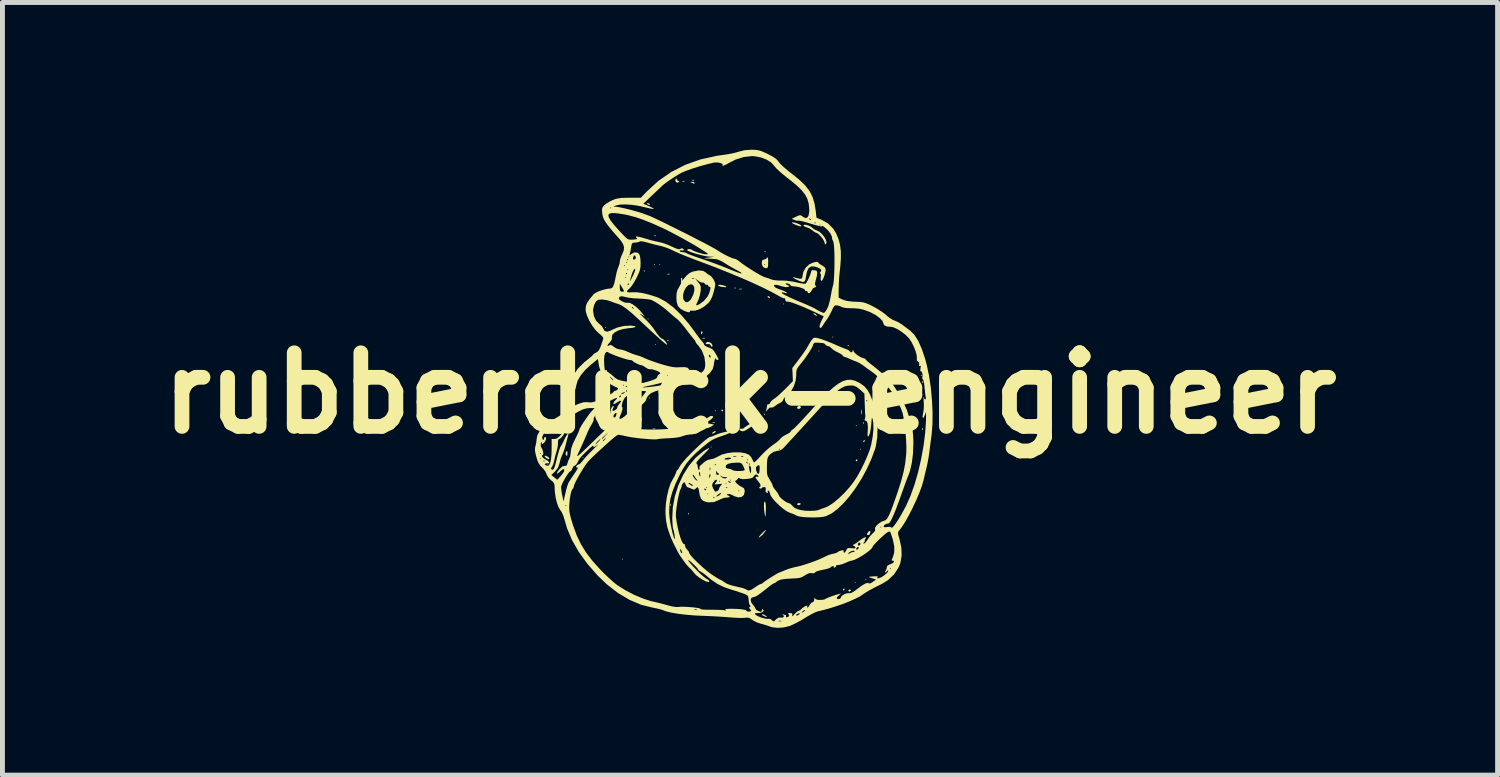
<source format=kicad_pcb>
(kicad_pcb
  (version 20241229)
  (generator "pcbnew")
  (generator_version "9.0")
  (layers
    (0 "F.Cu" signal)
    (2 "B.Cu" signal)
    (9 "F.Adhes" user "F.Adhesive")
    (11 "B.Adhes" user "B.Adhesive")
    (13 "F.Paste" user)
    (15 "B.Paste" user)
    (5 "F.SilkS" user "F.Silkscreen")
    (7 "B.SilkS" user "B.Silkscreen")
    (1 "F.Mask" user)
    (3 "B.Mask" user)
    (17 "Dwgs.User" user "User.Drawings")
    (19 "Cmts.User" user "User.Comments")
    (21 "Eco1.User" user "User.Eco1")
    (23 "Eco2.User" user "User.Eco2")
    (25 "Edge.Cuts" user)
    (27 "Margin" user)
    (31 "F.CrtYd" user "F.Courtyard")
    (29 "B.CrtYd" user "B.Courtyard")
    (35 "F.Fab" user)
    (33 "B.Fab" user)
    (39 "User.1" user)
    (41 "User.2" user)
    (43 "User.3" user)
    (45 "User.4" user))
  (footprint "rubberduck-engineer"
    (layer "F.Cu")
    (at 12.229 4.958)
    (property "Reference" "rubberduck-engineer" (at 0 0 0) (layer "F.SilkS") (effects (font (size 1.5 1.5) (thickness 0.3))))
    (attr board_only exclude_from_pos_files exclude_from_bom)
    (fp_poly (pts (xy -4.11 1.446) (xy -4.121 1.457) (xy -4.132 1.446) (xy -4.121 1.435)) (stroke (width 0) (type solid)) (fill yes) (layer "F.SilkS"))
    (fp_poly (pts (xy -3.392 1.316) (xy -3.403 1.327) (xy -3.414 1.316) (xy -3.403 1.305)) (stroke (width 0) (type solid)) (fill yes) (layer "F.SilkS"))
    (fp_poly (pts (xy -2.936 -1.337) (xy -2.947 -1.327) (xy -2.958 -1.337) (xy -2.947 -1.348)) (stroke (width 0) (type solid)) (fill yes) (layer "F.SilkS"))
    (fp_poly (pts (xy -2.588 3.382) (xy -2.599 3.392) (xy -2.61 3.382) (xy -2.599 3.371)) (stroke (width 0) (type solid)) (fill yes) (layer "F.SilkS"))
    (fp_poly (pts (xy -2.066 -1.511) (xy -2.077 -1.501) (xy -2.088 -1.511) (xy -2.077 -1.522)) (stroke (width 0) (type solid)) (fill yes) (layer "F.SilkS"))
    (fp_poly (pts (xy -2.044 0.098) (xy -2.055 0.109) (xy -2.066 0.098) (xy -2.055 0.087)) (stroke (width 0) (type solid)) (fill yes) (layer "F.SilkS"))
    (fp_poly (pts (xy -1.935 -2.62) (xy -1.946 -2.61) (xy -1.957 -2.62) (xy -1.946 -2.631)) (stroke (width 0) (type solid)) (fill yes) (layer "F.SilkS"))
    (fp_poly (pts (xy -1.914 -0.989) (xy -1.925 -0.979) (xy -1.935 -0.989) (xy -1.925 -1)) (stroke (width 0) (type solid)) (fill yes) (layer "F.SilkS"))
    (fp_poly (pts (xy -1.827 -2.62) (xy -1.838 -2.61) (xy -1.848 -2.62) (xy -1.838 -2.631)) (stroke (width 0) (type solid)) (fill yes) (layer "F.SilkS"))
    (fp_poly (pts (xy -0.783 1.098) (xy -0.794 1.109) (xy -0.805 1.098) (xy -0.794 1.087)) (stroke (width 0) (type solid)) (fill yes) (layer "F.SilkS"))
    (fp_poly (pts (xy -0.696 0.359) (xy -0.707 0.37) (xy -0.718 0.359) (xy -0.707 0.348)) (stroke (width 0) (type solid)) (fill yes) (layer "F.SilkS"))
    (fp_poly (pts (xy 0.696 -1.816) (xy 0.685 -1.805) (xy 0.674 -1.816) (xy 0.685 -1.827)) (stroke (width 0) (type solid)) (fill yes) (layer "F.SilkS"))
    (fp_poly (pts (xy 1.414 -0.859) (xy 1.403 -0.848) (xy 1.392 -0.859) (xy 1.403 -0.87)) (stroke (width 0) (type solid)) (fill yes) (layer "F.SilkS"))
    (fp_poly (pts (xy 1.696 -1.142) (xy 1.685 -1.131) (xy 1.674 -1.142) (xy 1.685 -1.153)) (stroke (width 0) (type solid)) (fill yes) (layer "F.SilkS"))
    (fp_poly (pts (xy 2.153 3.86) (xy 2.142 3.871) (xy 2.131 3.86) (xy 2.142 3.849)) (stroke (width 0) (type solid)) (fill yes) (layer "F.SilkS"))
    (fp_poly (pts (xy 2.175 0.663) (xy 2.164 0.674) (xy 2.153 0.663) (xy 2.164 0.652)) (stroke (width 0) (type solid)) (fill yes) (layer "F.SilkS"))
    (fp_poly (pts (xy 2.262 1.142) (xy 2.251 1.153) (xy 2.24 1.142) (xy 2.251 1.131)) (stroke (width 0) (type solid)) (fill yes) (layer "F.SilkS"))
    (fp_poly (pts (xy 2.37 3.795) (xy 2.36 3.806) (xy 2.349 3.795) (xy 2.36 3.784)) (stroke (width 0) (type solid)) (fill yes) (layer "F.SilkS"))
    (fp_poly (pts (xy 3.501 -0.359) (xy 3.49 -0.348) (xy 3.479 -0.359) (xy 3.49 -0.37)) (stroke (width 0) (type solid)) (fill yes) (layer "F.SilkS"))
    (fp_poly (pts (xy -3.03 0.007) (xy -3.033 0.02) (xy -3.045 0.022) (xy -3.062 0.014) (xy -3.059 0.007) (xy -3.033 0.005)) (stroke (width 0) (type solid)) (fill yes) (layer "F.SilkS"))
    (fp_poly (pts (xy -2.465 0.181) (xy -2.462 0.207) (xy -2.465 0.21) (xy -2.478 0.207) (xy -2.479 0.196) (xy -2.471 0.178)) (stroke (width 0) (type solid)) (fill yes) (layer "F.SilkS"))
    (fp_poly (pts (xy -2.138 -2.494) (xy -2.141 -2.481) (xy -2.153 -2.479) (xy -2.171 -2.487) (xy -2.167 -2.494) (xy -2.142 -2.496)) (stroke (width 0) (type solid)) (fill yes) (layer "F.SilkS"))
    (fp_poly (pts (xy -1.93 0.725) (xy -1.927 0.733) (xy -1.957 0.736) (xy -1.988 0.733) (xy -1.984 0.725) (xy -1.94 0.722)) (stroke (width 0) (type solid)) (fill yes) (layer "F.SilkS"))
    (fp_poly (pts (xy -1.921 -3.211) (xy -1.924 -3.198) (xy -1.935 -3.197) (xy -1.953 -3.205) (xy -1.95 -3.211) (xy -1.924 -3.214)) (stroke (width 0) (type solid)) (fill yes) (layer "F.SilkS"))
    (fp_poly (pts (xy -1.66 -1.08) (xy -1.663 -1.067) (xy -1.674 -1.066) (xy -1.692 -1.074) (xy -1.689 -1.08) (xy -1.663 -1.083)) (stroke (width 0) (type solid)) (fill yes) (layer "F.SilkS"))
    (fp_poly (pts (xy -1.637 -2.427) (xy -1.643 -2.417) (xy -1.665 -2.416) (xy -1.689 -2.421) (xy -1.679 -2.429) (xy -1.645 -2.431)) (stroke (width 0) (type solid)) (fill yes) (layer "F.SilkS"))
    (fp_poly (pts (xy -1.616 2.258) (xy -1.614 2.292) (xy -1.618 2.299) (xy -1.628 2.293) (xy -1.629 2.271) (xy -1.624 2.248)) (stroke (width 0) (type solid)) (fill yes) (layer "F.SilkS"))
    (fp_poly (pts (xy -1.332 -4.319) (xy -1.339 -4.309) (xy -1.361 -4.308) (xy -1.384 -4.313) (xy -1.374 -4.321) (xy -1.34 -4.323)) (stroke (width 0) (type solid)) (fill yes) (layer "F.SilkS"))
    (fp_poly (pts (xy -1.247 2.443) (xy -1.244 2.469) (xy -1.247 2.472) (xy -1.26 2.469) (xy -1.261 2.457) (xy -1.253 2.439)) (stroke (width 0) (type solid)) (fill yes) (layer "F.SilkS"))
    (fp_poly (pts (xy -1.137 -4.341) (xy -1.143 -4.331) (xy -1.165 -4.329) (xy -1.188 -4.335) (xy -1.178 -4.342) (xy -1.144 -4.345)) (stroke (width 0) (type solid)) (fill yes) (layer "F.SilkS"))
    (fp_poly (pts (xy -0.919 -1.122) (xy -0.926 -1.112) (xy -0.948 -1.111) (xy -0.971 -1.116) (xy -0.961 -1.124) (xy -0.927 -1.127)) (stroke (width 0) (type solid)) (fill yes) (layer "F.SilkS"))
    (fp_poly (pts (xy -0.712 0.595) (xy -0.709 0.602) (xy -0.739 0.605) (xy -0.77 0.602) (xy -0.767 0.595) (xy -0.722 0.592)) (stroke (width 0) (type solid)) (fill yes) (layer "F.SilkS"))
    (fp_poly (pts (xy -0.29 -2.146) (xy -0.293 -2.133) (xy -0.304 -2.131) (xy -0.322 -2.139) (xy -0.319 -2.146) (xy -0.293 -2.148)) (stroke (width 0) (type solid)) (fill yes) (layer "F.SilkS"))
    (fp_poly (pts (xy -0.169 -2.124) (xy -0.166 -2.116) (xy -0.196 -2.113) (xy -0.227 -2.116) (xy -0.223 -2.124) (xy -0.178 -2.127)) (stroke (width 0) (type solid)) (fill yes) (layer "F.SilkS"))
    (fp_poly (pts (xy 0.08 0.529) (xy 0.077 0.542) (xy 0.065 0.544) (xy 0.047 0.536) (xy 0.051 0.529) (xy 0.077 0.527)) (stroke (width 0) (type solid)) (fill yes) (layer "F.SilkS"))
    (fp_poly (pts (xy 0.297 0.42) (xy 0.3 0.446) (xy 0.297 0.449) (xy 0.284 0.446) (xy 0.283 0.435) (xy 0.291 0.417)) (stroke (width 0) (type solid)) (fill yes) (layer "F.SilkS"))
    (fp_poly (pts (xy 0.319 -2.885) (xy 0.316 -2.872) (xy 0.304 -2.871) (xy 0.287 -2.879) (xy 0.29 -2.885) (xy 0.316 -2.888)) (stroke (width 0) (type solid)) (fill yes) (layer "F.SilkS"))
    (fp_poly (pts (xy 2.015 -0.971) (xy 2.012 -0.958) (xy 2.001 -0.957) (xy 1.983 -0.965) (xy 1.986 -0.971) (xy 2.012 -0.974)) (stroke (width 0) (type solid)) (fill yes) (layer "F.SilkS"))
    (fp_poly (pts (xy 2.32 0.594) (xy 2.322 0.62) (xy 2.32 0.623) (xy 2.307 0.62) (xy 2.305 0.609) (xy 2.313 0.591)) (stroke (width 0) (type solid)) (fill yes) (layer "F.SilkS"))
    (fp_poly (pts (xy 3.516 -0.243) (xy 3.519 -0.209) (xy 3.514 -0.202) (xy 3.504 -0.208) (xy 3.503 -0.23) (xy 3.508 -0.253)) (stroke (width 0) (type solid)) (fill yes) (layer "F.SilkS"))
    (fp_poly (pts (xy 3.516 0.714) (xy 3.519 0.748) (xy 3.514 0.755) (xy 3.504 0.749) (xy 3.503 0.727) (xy 3.508 0.703)) (stroke (width 0) (type solid)) (fill yes) (layer "F.SilkS"))
    (fp_poly (pts (xy 1.33 -1.616) (xy 1.348 -1.598) (xy 1.367 -1.57) (xy 1.354 -1.571) (xy 1.314 -1.598) (xy 1.291 -1.621) (xy 1.297 -1.63)) (stroke (width 0) (type solid)) (fill yes) (layer "F.SilkS"))
    (fp_poly (pts (xy -3.719 1.213) (xy -3.719 1.224) (xy -3.724 1.272) (xy -3.737 1.28) (xy -3.755 1.249) (xy -3.753 1.206) (xy -3.743 1.19) (xy -3.725 1.183)) (stroke (width 0) (type solid)) (fill yes) (layer "F.SilkS"))
    (fp_poly (pts (xy -2.05 -3.861) (xy -2.044 -3.849) (xy -2.048 -3.83) (xy -2.066 -3.836) (xy -2.088 -3.849) (xy -2.108 -3.866) (xy -2.087 -3.87) (xy -2.082 -3.871)) (stroke (width 0) (type solid)) (fill yes) (layer "F.SilkS"))
    (fp_poly (pts (xy -0.967 -1.245) (xy -0.971 -1.229) (xy -0.986 -1.2) (xy -0.992 -1.196) (xy -0.999 -1.214) (xy -1 -1.229) (xy -0.989 -1.258) (xy -0.979 -1.261)) (stroke (width 0) (type solid)) (fill yes) (layer "F.SilkS"))
    (fp_poly (pts (xy -0.698 0.773) (xy -0.703 0.792) (xy -0.731 0.813) (xy -0.766 0.825) (xy -0.772 0.825) (xy -0.774 0.815) (xy -0.752 0.793) (xy -0.716 0.773)) (stroke (width 0) (type solid)) (fill yes) (layer "F.SilkS"))
    (fp_poly (pts (xy -0.565 0.337) (xy -0.545 0.357) (xy -0.544 0.36) (xy -0.56 0.369) (xy -0.565 0.37) (xy -0.586 0.353) (xy -0.587 0.347) (xy -0.574 0.334)) (stroke (width 0) (type solid)) (fill yes) (layer "F.SilkS"))
    (fp_poly (pts (xy 0.398 -1.963) (xy 0.402 -1.957) (xy 0.401 -1.937) (xy 0.394 -1.935) (xy 0.363 -1.951) (xy 0.359 -1.957) (xy 0.36 -1.977) (xy 0.367 -1.979)) (stroke (width 0) (type solid)) (fill yes) (layer "F.SilkS"))
    (fp_poly (pts (xy 1.032 2.248) (xy 1.033 2.262) (xy 1.001 2.282) (xy 0.988 2.283) (xy 0.96 2.271) (xy 0.957 2.262) (xy 0.975 2.244) (xy 1.002 2.24)) (stroke (width 0) (type solid)) (fill yes) (layer "F.SilkS"))
    (fp_poly (pts (xy 1.034 0.272) (xy 1.035 0.297) (xy 1.007 0.319) (xy 0.993 0.322) (xy 0.962 0.313) (xy 0.957 0.295) (xy 0.975 0.267) (xy 1.002 0.261)) (stroke (width 0) (type solid)) (fill yes) (layer "F.SilkS"))
    (fp_poly (pts (xy 1.928 3.993) (xy 1.925 4.001) (xy 1.905 4.022) (xy 1.902 4.023) (xy 1.892 4.006) (xy 1.892 4.001) (xy 1.909 3.98) (xy 1.915 3.98)) (stroke (width 0) (type solid)) (fill yes) (layer "F.SilkS"))
    (fp_poly (pts (xy 2.057 4.012) (xy 2.055 4.023) (xy 2.027 4.044) (xy 2.021 4.045) (xy 2.001 4.028) (xy 2.001 4.023) (xy 2.018 4.004) (xy 2.035 4.001)) (stroke (width 0) (type solid)) (fill yes) (layer "F.SilkS"))
    (fp_poly (pts (xy 2.189 1.362) (xy 2.186 1.37) (xy 2.166 1.391) (xy 2.163 1.392) (xy 2.153 1.375) (xy 2.153 1.37) (xy 2.17 1.349) (xy 2.176 1.348)) (stroke (width 0) (type solid)) (fill yes) (layer "F.SilkS"))
    (fp_poly (pts (xy 2.277 0.343) (xy 2.281 0.399) (xy 2.277 0.43) (xy 2.271 0.435) (xy 2.267 0.404) (xy 2.267 0.381) (xy 2.269 0.338) (xy 2.274 0.332)) (stroke (width 0) (type solid)) (fill yes) (layer "F.SilkS"))
    (fp_poly (pts (xy 2.341 0.97) (xy 2.338 0.979) (xy 2.318 0.999) (xy 2.315 1) (xy 2.305 0.984) (xy 2.305 0.979) (xy 2.322 0.958) (xy 2.328 0.957)) (stroke (width 0) (type solid)) (fill yes) (layer "F.SilkS"))
    (fp_poly (pts (xy -4.158 1.277) (xy -4.121 1.295) (xy -4.093 1.32) (xy -4.088 1.332) (xy -4.102 1.347) (xy -4.14 1.331) (xy -4.159 1.318) (xy -4.183 1.291) (xy -4.184 1.277)) (stroke (width 0) (type solid)) (fill yes) (layer "F.SilkS"))
    (fp_poly (pts (xy -1.142 -4.297) (xy -1.131 -4.284) (xy -1.135 -4.264) (xy -1.136 -4.264) (xy -1.158 -4.273) (xy -1.185 -4.284) (xy -1.215 -4.298) (xy -1.203 -4.303) (xy -1.18 -4.304)) (stroke (width 0) (type solid)) (fill yes) (layer "F.SilkS"))
    (fp_poly (pts (xy 0.123 0.443) (xy 0.163 0.463) (xy 0.174 0.481) (xy 0.163 0.498) (xy 0.128 0.489) (xy 0.087 0.468) (xy 0.055 0.445) (xy 0.062 0.436) (xy 0.069 0.436)) (stroke (width 0) (type solid)) (fill yes) (layer "F.SilkS"))
    (fp_poly (pts (xy 0.291 4.517) (xy 0.317 4.533) (xy 0.346 4.558) (xy 0.339 4.563) (xy 0.295 4.547) (xy 0.288 4.544) (xy 0.251 4.525) (xy 0.239 4.513) (xy 0.254 4.502)) (stroke (width 0) (type solid)) (fill yes) (layer "F.SilkS"))
    (fp_poly (pts (xy 0.323 2.791) (xy 0.313 2.811) (xy 0.261 2.88) (xy 0.198 2.933) (xy 0.185 2.94) (xy 0.175 2.939) (xy 0.192 2.913) (xy 0.227 2.873) (xy 0.286 2.814) (xy 0.317 2.787)) (stroke (width 0) (type solid)) (fill yes) (layer "F.SilkS"))
    (fp_poly (pts (xy -1.486 -4.358) (xy -1.49 -4.349) (xy -1.484 -4.331) (xy -1.468 -4.328) (xy -1.444 -4.317) (xy -1.446 -4.306) (xy -1.478 -4.285) (xy -1.508 -4.299) (xy -1.522 -4.331) (xy -1.515 -4.362) (xy -1.499 -4.371)) (stroke (width 0) (type solid)) (fill yes) (layer "F.SilkS"))
    (fp_poly (pts (xy -0.592 -2.205) (xy -0.542 -2.195) (xy -0.5 -2.179) (xy -0.49 -2.172) (xy -0.482 -2.16) (xy -0.497 -2.157) (xy -0.542 -2.161) (xy -0.593 -2.168) (xy -0.636 -2.181) (xy -0.652 -2.197) (xy -0.635 -2.207)) (stroke (width 0) (type solid)) (fill yes) (layer "F.SilkS"))
    (fp_poly (pts (xy -0.254 0.336) (xy -0.217 0.359) (xy -0.199 0.384) (xy -0.198 0.389) (xy -0.223 0.383) (xy -0.272 0.371) (xy -0.278 0.37) (xy -0.339 0.352) (xy -0.362 0.337) (xy -0.345 0.328) (xy -0.311 0.326)) (stroke (width 0) (type solid)) (fill yes) (layer "F.SilkS"))
    (fp_poly (pts (xy 2.453 2.822) (xy 2.449 2.84) (xy 2.437 2.874) (xy 2.436 2.883) (xy 2.418 2.891) (xy 2.402 2.892) (xy 2.381 2.885) (xy 2.389 2.855) (xy 2.392 2.849) (xy 2.419 2.816) (xy 2.443 2.806)) (stroke (width 0) (type solid)) (fill yes) (layer "F.SilkS"))
    (fp_poly (pts (xy -0.825 -1.037) (xy -0.785 -1.012) (xy -0.765 -0.974) (xy -0.767 -0.952) (xy -0.78 -0.941) (xy -0.794 -0.963) (xy -0.818 -0.993) (xy -0.834 -0.998) (xy -0.887 -0.998) (xy -0.906 -1.013) (xy -0.902 -1.022) (xy -0.869 -1.043)) (stroke (width 0) (type solid)) (fill yes) (layer "F.SilkS"))
    (fp_poly (pts (xy 0.914 -3.472) (xy 0.968 -3.454) (xy 1.016 -3.433) (xy 1.043 -3.413) (xy 1.044 -3.41) (xy 1.039 -3.397) (xy 1.017 -3.398) (xy 0.969 -3.413) (xy 0.942 -3.423) (xy 0.883 -3.448) (xy 0.854 -3.468) (xy 0.859 -3.478) (xy 0.87 -3.479)) (stroke (width 0) (type solid)) (fill yes) (layer "F.SilkS"))
    (fp_poly (pts (xy 0.316 2.243) (xy 0.322 2.308) (xy 0.322 2.393) (xy 0.322 2.394) (xy 0.318 2.473) (xy 0.314 2.511) (xy 0.309 2.514) (xy 0.302 2.484) (xy 0.299 2.468) (xy 0.288 2.387) (xy 0.283 2.312) (xy 0.284 2.251) (xy 0.292 2.214) (xy 0.305 2.21)) (stroke (width 0) (type solid)) (fill yes) (layer "F.SilkS"))
    (fp_poly (pts (xy 0.366 -2.747) (xy 0.369 -2.688) (xy 0.369 -2.669) (xy 0.367 -2.598) (xy 0.36 -2.56) (xy 0.343 -2.546) (xy 0.331 -2.544) (xy 0.282 -2.558) (xy 0.265 -2.57) (xy 0.246 -2.611) (xy 0.244 -2.62) (xy 0.283 -2.62) (xy 0.294 -2.61) (xy 0.304 -2.62) (xy 0.294 -2.631) (xy 0.283 -2.62) (xy 0.244 -2.62) (xy 0.239 -2.657) (xy 0.247 -2.703) (xy 0.276 -2.718) (xy 0.282 -2.718) (xy 0.327 -2.736) (xy 0.346 -2.756) (xy 0.359 -2.768)) (stroke (width 0) (type solid)) (fill yes) (layer "F.SilkS"))
    (fp_poly (pts (xy 0.216 0.54) (xy 0.217 0.555) (xy 0.199 0.586) (xy 0.161 0.61) (xy 0.112 0.633) (xy 0.045 0.672) (xy -0.01 0.707) (xy -0.078 0.751) (xy -0.123 0.773) (xy -0.155 0.778) (xy -0.187 0.77) (xy -0.19 0.768) (xy -0.215 0.744) (xy -0.217 0.735) (xy -0.201 0.723) (xy -0.182 0.727) (xy -0.14 0.723) (xy -0.122 0.708) (xy -0.096 0.687) (xy -0.043 0.653) (xy 0.025 0.613) (xy 0.096 0.574) (xy 0.158 0.542) (xy 0.199 0.524) (xy 0.208 0.522)) (stroke (width 0) (type solid)) (fill yes) (layer "F.SilkS"))
    (fp_poly (pts (xy 1.145 -3.428) (xy 1.196 -3.412) (xy 1.244 -3.388) (xy 1.264 -3.37) (xy 1.313 -3.333) (xy 1.356 -3.315) (xy 1.412 -3.288) (xy 1.466 -3.239) (xy 1.514 -3.179) (xy 1.547 -3.118) (xy 1.558 -3.067) (xy 1.548 -3.04) (xy 1.527 -3.028) (xy 1.522 -3.053) (xy 1.509 -3.094) (xy 1.476 -3.149) (xy 1.433 -3.203) (xy 1.39 -3.245) (xy 1.358 -3.262) (xy 1.323 -3.276) (xy 1.278 -3.309) (xy 1.273 -3.314) (xy 1.214 -3.354) (xy 1.152 -3.378) (xy 1.107 -3.394) (xy 1.087 -3.415) (xy 1.087 -3.415) (xy 1.104 -3.43)) (stroke (width 0) (type solid)) (fill yes) (layer "F.SilkS"))
    (fp_poly (pts (xy 1.384 -2.67) (xy 1.392 -2.658) (xy 1.409 -2.638) (xy 1.452 -2.609) (xy 1.468 -2.6) (xy 1.515 -2.57) (xy 1.537 -2.537) (xy 1.539 -2.489) (xy 1.521 -2.415) (xy 1.514 -2.393) (xy 1.489 -2.328) (xy 1.465 -2.291) (xy 1.446 -2.286) (xy 1.438 -2.315) (xy 1.441 -2.357) (xy 1.445 -2.413) (xy 1.433 -2.435) (xy 1.431 -2.436) (xy 1.423 -2.448) (xy 1.437 -2.471) (xy 1.454 -2.502) (xy 1.435 -2.528) (xy 1.425 -2.536) (xy 1.375 -2.56) (xy 1.311 -2.579) (xy 1.308 -2.58) (xy 1.241 -2.579) (xy 1.192 -2.545) (xy 1.159 -2.474) (xy 1.141 -2.381) (xy 1.128 -2.309) (xy 1.108 -2.272) (xy 1.071 -2.264) (xy 1.009 -2.284) (xy 0.962 -2.305) (xy 0.899 -2.336) (xy 0.873 -2.355) (xy 0.885 -2.36) (xy 0.935 -2.349) (xy 0.94 -2.347) (xy 1.011 -2.33) (xy 1.049 -2.332) (xy 1.064 -2.353) (xy 1.066 -2.37) (xy 1.085 -2.467) (xy 1.135 -2.556) (xy 1.207 -2.623) (xy 1.22 -2.63) (xy 1.29 -2.66) (xy 1.348 -2.674)) (stroke (width 0) (type solid)) (fill yes) (layer "F.SilkS"))
    (fp_poly (pts (xy -0.954 -2.49) (xy -0.903 -2.458) (xy -0.858 -2.42) (xy -0.823 -2.402) (xy -0.788 -2.375) (xy -0.75 -2.325) (xy -0.74 -2.307) (xy -0.719 -2.263) (xy -0.71 -2.227) (xy -0.712 -2.185) (xy -0.725 -2.123) (xy -0.739 -2.066) (xy -0.773 -1.959) (xy -0.813 -1.881) (xy -0.852 -1.833) (xy -0.939 -1.76) (xy -1.032 -1.707) (xy -1.121 -1.68) (xy -1.171 -1.679) (xy -1.214 -1.681) (xy -1.228 -1.673) (xy -1.227 -1.672) (xy -1.226 -1.65) (xy -1.258 -1.648) (xy -1.317 -1.666) (xy -1.34 -1.675) (xy -1.421 -1.721) (xy -1.471 -1.778) (xy -1.495 -1.858) (xy -1.501 -1.946) (xy -1.498 -1.999) (xy -1.364 -1.999) (xy -1.361 -1.926) (xy -1.35 -1.895) (xy -1.312 -1.855) (xy -1.265 -1.855) (xy -1.217 -1.895) (xy -1.2 -1.919) (xy -1.155 -2.009) (xy -1.135 -2.091) (xy -1.137 -2.158) (xy -1.162 -2.203) (xy -1.206 -2.218) (xy -1.26 -2.198) (xy -1.308 -2.147) (xy -1.345 -2.077) (xy -1.364 -1.999) (xy -1.498 -1.999) (xy -1.496 -2.035) (xy -1.478 -2.101) (xy -1.446 -2.158) (xy -1.408 -2.229) (xy -1.403 -2.287) (xy -1.404 -2.294) (xy -1.408 -2.336) (xy -1.395 -2.349) (xy -1.381 -2.332) (xy -1.383 -2.311) (xy -1.388 -2.289) (xy -1.373 -2.301) (xy -1.361 -2.316) (xy -1.347 -2.332) (xy -1.187 -2.332) (xy -1.165 -2.329) (xy -1.137 -2.333) (xy -1.137 -2.336) (xy -1.12 -2.336) (xy -1.058 -2.261) (xy -1.02 -2.211) (xy -1.004 -2.166) (xy -1.004 -2.105) (xy -1.007 -2.075) (xy -1.024 -1.987) (xy -1.052 -1.9) (xy -1.064 -1.873) (xy -1.092 -1.814) (xy -1.096 -1.789) (xy -1.072 -1.792) (xy -1.026 -1.814) (xy -0.94 -1.878) (xy -0.867 -1.966) (xy -0.829 -2.042) (xy -0.809 -2.115) (xy -0.807 -2.158) (xy -0.822 -2.166) (xy -0.826 -2.164) (xy -0.845 -2.169) (xy -0.848 -2.184) (xy -0.862 -2.207) (xy -0.878 -2.205) (xy -0.91 -2.212) (xy -0.921 -2.229) (xy -0.944 -2.252) (xy -0.959 -2.25) (xy -0.99 -2.252) (xy -1.038 -2.276) (xy -1.051 -2.285) (xy -1.12 -2.336) (xy -1.137 -2.336) (xy -1.137 -2.34) (xy -1.166 -2.345) (xy -1.178 -2.342) (xy -1.187 -2.332) (xy -1.347 -2.332) (xy -1.292 -2.396) (xy -1.232 -2.446) (xy -1.168 -2.475) (xy -1.156 -2.478) (xy -1.041 -2.499)) (stroke (width 0) (type solid)) (fill yes) (layer "F.SilkS"))
    (fp_poly (pts (xy 0.109 -4.956) (xy 0.176 -4.946) (xy 0.244 -4.924) (xy 0.329 -4.887) (xy 0.36 -4.872) (xy 0.462 -4.818) (xy 0.531 -4.771) (xy 0.574 -4.725) (xy 0.581 -4.713) (xy 0.615 -4.672) (xy 0.675 -4.614) (xy 0.755 -4.545) (xy 0.844 -4.474) (xy 0.853 -4.468) (xy 1.006 -4.344) (xy 1.125 -4.229) (xy 1.212 -4.115) (xy 1.274 -3.995) (xy 1.314 -3.861) (xy 1.339 -3.706) (xy 1.353 -3.573) (xy 1.454 -3.532) (xy 1.591 -3.454) (xy 1.697 -3.347) (xy 1.754 -3.253) (xy 1.802 -3.138) (xy 1.833 -3.021) (xy 1.849 -2.892) (xy 1.85 -2.743) (xy 1.837 -2.566) (xy 1.826 -2.469) (xy 1.815 -2.354) (xy 1.808 -2.225) (xy 1.805 -2.119) (xy 1.805 -1.944) (xy 1.887 -1.904) (xy 1.975 -1.877) (xy 2.1 -1.863) (xy 2.147 -1.861) (xy 2.238 -1.857) (xy 2.307 -1.848) (xy 2.372 -1.828) (xy 2.449 -1.794) (xy 2.506 -1.765) (xy 2.6 -1.713) (xy 2.691 -1.654) (xy 2.763 -1.599) (xy 2.778 -1.585) (xy 2.843 -1.532) (xy 2.909 -1.491) (xy 2.944 -1.477) (xy 3.009 -1.45) (xy 3.079 -1.408) (xy 3.095 -1.397) (xy 3.163 -1.346) (xy 3.239 -1.29) (xy 3.263 -1.272) (xy 3.346 -1.19) (xy 3.425 -1.066) (xy 3.498 -0.902) (xy 3.565 -0.702) (xy 3.601 -0.57) (xy 3.647 -0.349) (xy 3.683 -0.107) (xy 3.706 0.145) (xy 3.718 0.395) (xy 3.716 0.629) (xy 3.7 0.836) (xy 3.698 0.853) (xy 3.684 0.956) (xy 3.668 1.076) (xy 3.654 1.19) (xy 3.653 1.196) (xy 3.638 1.3) (xy 3.619 1.406) (xy 3.602 1.491) (xy 3.599 1.501) (xy 3.578 1.588) (xy 3.553 1.692) (xy 3.536 1.769) (xy 3.502 1.886) (xy 3.451 2.026) (xy 3.386 2.179) (xy 3.313 2.336) (xy 3.236 2.487) (xy 3.16 2.623) (xy 3.088 2.734) (xy 3.041 2.795) (xy 3.021 2.821) (xy 3.014 2.848) (xy 3.02 2.889) (xy 3.039 2.955) (xy 3.045 2.976) (xy 3.082 3.147) (xy 3.088 3.312) (xy 3.062 3.462) (xy 3.03 3.544) (xy 2.933 3.693) (xy 2.806 3.813) (xy 2.691 3.884) (xy 2.561 3.948) (xy 2.45 4.007) (xy 2.366 4.055) (xy 2.314 4.09) (xy 2.31 4.093) (xy 2.242 4.139) (xy 2.14 4.191) (xy 2.013 4.247) (xy 1.868 4.303) (xy 1.714 4.355) (xy 1.559 4.402) (xy 1.413 4.439) (xy 1.378 4.446) (xy 1.331 4.464) (xy 1.259 4.499) (xy 1.173 4.547) (xy 1.117 4.582) (xy 1.021 4.639) (xy 0.924 4.691) (xy 0.841 4.73) (xy 0.807 4.744) (xy 0.686 4.773) (xy 0.563 4.782) (xy 0.453 4.77) (xy 0.402 4.754) (xy 0.342 4.732) (xy 0.263 4.709) (xy 0.222 4.698) (xy 0.142 4.672) (xy 0.069 4.635) (xy 0.042 4.616) (xy -0.013 4.58) (xy -0.066 4.572) (xy -0.097 4.576) (xy -0.15 4.58) (xy -0.233 4.579) (xy -0.333 4.574) (xy -0.406 4.569) (xy -0.518 4.56) (xy -0.656 4.551) (xy -0.806 4.543) (xy -0.951 4.537) (xy -0.979 4.536) (xy -1.158 4.527) (xy -1.328 4.512) (xy -1.482 4.493) (xy -1.613 4.47) (xy -1.712 4.445) (xy -1.76 4.427) (xy -1.809 4.409) (xy -1.813 4.408) (xy -1.139 4.408) (xy -1.109 4.411) (xy -1.078 4.408) (xy -1.082 4.4) (xy -1.126 4.397) (xy -1.136 4.4) (xy -1.139 4.408) (xy -1.813 4.408) (xy -1.885 4.39) (xy -1.973 4.372) (xy -1.979 4.371) (xy -2.217 4.312) (xy -2.456 4.211) (xy -2.691 4.071) (xy -2.919 3.894) (xy -3.108 3.712) (xy -3.316 3.474) (xy -3.49 3.233) (xy -3.628 2.991) (xy -3.728 2.754) (xy -3.774 2.596) (xy -3.803 2.499) (xy -3.838 2.422) (xy -3.859 2.392) (xy -3.889 2.344) (xy -3.684 2.344) (xy -3.68 2.409) (xy -3.667 2.48) (xy -3.644 2.568) (xy -3.608 2.685) (xy -3.607 2.688) (xy -3.532 2.894) (xy -3.445 3.077) (xy -3.339 3.249) (xy -3.207 3.421) (xy -3.069 3.575) (xy -2.976 3.671) (xy -2.878 3.764) (xy -2.787 3.846) (xy -2.711 3.907) (xy -2.695 3.918) (xy -2.534 4.019) (xy -2.358 4.11) (xy -2.183 4.184) (xy -2.021 4.236) (xy -1.99 4.243) (xy -1.881 4.268) (xy -1.764 4.298) (xy -1.665 4.326) (xy -1.583 4.346) (xy -1.511 4.357) (xy -1.464 4.357) (xy -1.464 4.357) (xy -1.418 4.352) (xy -1.35 4.352) (xy -1.268 4.356) (xy -1.183 4.362) (xy -1.105 4.371) (xy -1.046 4.38) (xy -1.015 4.39) (xy -1.013 4.395) (xy -0.998 4.404) (xy -0.946 4.41) (xy -0.863 4.413) (xy -0.79 4.413) (xy -0.689 4.414) (xy -0.601 4.417) (xy -0.537 4.421) (xy -0.511 4.426) (xy -0.483 4.433) (xy -0.493 4.422) (xy -0.5 4.417) (xy -0.507 4.404) (xy -0.482 4.397) (xy -0.42 4.394) (xy -0.381 4.393) (xy -0.277 4.396) (xy -0.187 4.402) (xy -0.119 4.412) (xy -0.08 4.424) (xy -0.074 4.434) (xy -0.063 4.445) (xy -0.031 4.45) (xy 0.009 4.447) (xy 0.022 4.438) (xy 0.009 4.411) (xy -0.005 4.394) (xy -0.021 4.369) (xy -0.003 4.355) (xy 0.014 4.341) (xy 0.001 4.328) (xy -0.015 4.299) (xy -0.026 4.242) (xy -0.028 4.217) (xy -0.029 4.209) (xy 0.012 4.209) (xy 0.023 4.261) (xy 0.055 4.307) (xy 0.091 4.351) (xy 0.108 4.386) (xy 0.109 4.389) (xy 0.127 4.416) (xy 0.165 4.437) (xy 0.214 4.454) (xy 0.234 4.453) (xy 0.239 4.432) (xy 0.239 4.424) (xy 0.249 4.401) (xy 0.26 4.403) (xy 0.278 4.429) (xy 0.262 4.455) (xy 0.218 4.474) (xy 0.169 4.48) (xy 0.115 4.482) (xy 0.097 4.491) (xy 0.108 4.511) (xy 0.109 4.512) (xy 0.147 4.538) (xy 0.209 4.565) (xy 0.28 4.587) (xy 0.343 4.599) (xy 0.379 4.597) (xy 0.416 4.602) (xy 0.438 4.619) (xy 0.469 4.647) (xy 0.47 4.647) (xy 0.579 4.647) (xy 0.609 4.65) (xy 0.64 4.647) (xy 0.636 4.639) (xy 0.592 4.636) (xy 0.582 4.639) (xy 0.579 4.647) (xy 0.47 4.647) (xy 0.494 4.645) (xy 0.529 4.609) (xy 0.53 4.608) (xy 0.582 4.573) (xy 0.622 4.573) (xy 0.669 4.572) (xy 0.691 4.553) (xy 0.68 4.525) (xy 0.671 4.519) (xy 0.656 4.505) (xy 0.679 4.51) (xy 0.681 4.51) (xy 0.72 4.521) (xy 0.732 4.523) (xy 0.733 4.537) (xy 0.729 4.545) (xy 0.733 4.564) (xy 0.748 4.567) (xy 0.785 4.554) (xy 0.798 4.525) (xy 0.78 4.499) (xy 0.771 4.486) (xy 0.802 4.48) (xy 0.812 4.48) (xy 0.856 4.486) (xy 0.864 4.506) (xy 0.862 4.512) (xy 0.857 4.541) (xy 0.873 4.538) (xy 0.884 4.526) (xy 0.935 4.526) (xy 0.951 4.533) (xy 0.98 4.522) (xy 1.012 4.5) (xy 1.016 4.488) (xy 0.989 4.486) (xy 0.954 4.502) (xy 0.935 4.525) (xy 0.935 4.526) (xy 0.884 4.526) (xy 0.908 4.502) (xy 0.917 4.491) (xy 0.936 4.473) (xy 1.046 4.473) (xy 1.055 4.473) (xy 1.084 4.459) (xy 1.117 4.435) (xy 1.121 4.42) (xy 1.098 4.423) (xy 1.071 4.446) (xy 1.046 4.473) (xy 0.936 4.473) (xy 0.956 4.452) (xy 0.99 4.436) (xy 0.99 4.436) (xy 1.027 4.42) (xy 1.037 4.407) (xy 1.068 4.376) (xy 1.116 4.345) (xy 1.158 4.328) (xy 1.163 4.328) (xy 1.167 4.341) (xy 1.163 4.349) (xy 1.163 4.369) (xy 1.17 4.371) (xy 1.192 4.353) (xy 1.214 4.317) (xy 1.243 4.276) (xy 1.272 4.262) (xy 1.299 4.243) (xy 1.307 4.203) (xy 1.312 4.171) (xy 1.319 4.176) (xy 1.319 4.178) (xy 1.342 4.202) (xy 1.396 4.213) (xy 1.42 4.213) (xy 1.479 4.21) (xy 1.517 4.203) (xy 1.522 4.2) (xy 1.549 4.184) (xy 1.604 4.161) (xy 1.673 4.135) (xy 1.742 4.111) (xy 1.798 4.096) (xy 1.805 4.094) (xy 1.859 4.084) (xy 1.81 4.12) (xy 1.77 4.159) (xy 1.767 4.186) (xy 1.802 4.197) (xy 1.805 4.197) (xy 1.84 4.184) (xy 1.848 4.165) (xy 1.867 4.132) (xy 1.912 4.101) (xy 1.967 4.079) (xy 2.016 4.076) (xy 2.02 4.077) (xy 2.064 4.07) (xy 2.133 4.029) (xy 2.169 4.002) (xy 2.274 3.923) (xy 2.351 3.878) (xy 2.399 3.865) (xy 2.416 3.874) (xy 2.443 3.879) (xy 2.494 3.851) (xy 2.499 3.847) (xy 2.568 3.796) (xy 2.485 3.771) (xy 2.435 3.754) (xy 2.419 3.744) (xy 2.439 3.739) (xy 2.499 3.734) (xy 2.527 3.733) (xy 2.581 3.733) (xy 2.606 3.738) (xy 2.604 3.744) (xy 2.583 3.764) (xy 2.595 3.773) (xy 2.627 3.77) (xy 2.667 3.755) (xy 2.727 3.718) (xy 2.777 3.676) (xy 2.81 3.639) (xy 2.816 3.614) (xy 2.815 3.613) (xy 2.795 3.616) (xy 2.79 3.626) (xy 2.765 3.652) (xy 2.756 3.653) (xy 2.744 3.644) (xy 2.757 3.627) (xy 2.779 3.585) (xy 2.78 3.577) (xy 2.849 3.577) (xy 2.86 3.588) (xy 2.871 3.577) (xy 2.86 3.566) (xy 2.849 3.577) (xy 2.78 3.577) (xy 2.784 3.554) (xy 2.798 3.515) (xy 2.847 3.489) (xy 2.853 3.488) (xy 2.901 3.467) (xy 2.929 3.442) (xy 2.931 3.421) (xy 2.907 3.414) (xy 2.887 3.409) (xy 2.889 3.387) (xy 2.909 3.344) (xy 2.937 3.246) (xy 2.938 3.126) (xy 2.912 2.995) (xy 2.904 2.968) (xy 2.882 2.901) (xy 2.865 2.85) (xy 2.859 2.833) (xy 2.844 2.818) (xy 2.808 2.831) (xy 2.801 2.835) (xy 2.764 2.861) (xy 2.71 2.907) (xy 2.649 2.963) (xy 2.589 3.022) (xy 2.539 3.074) (xy 2.507 3.111) (xy 2.501 3.124) (xy 2.483 3.158) (xy 2.435 3.204) (xy 2.366 3.258) (xy 2.286 3.311) (xy 2.204 3.359) (xy 2.129 3.395) (xy 2.071 3.413) (xy 2.059 3.414) (xy 2.024 3.424) (xy 1.968 3.447) (xy 1.946 3.458) (xy 1.878 3.485) (xy 1.813 3.5) (xy 1.799 3.501) (xy 1.759 3.507) (xy 1.749 3.521) (xy 1.749 3.521) (xy 1.743 3.544) (xy 1.728 3.553) (xy 1.705 3.554) (xy 1.707 3.544) (xy 1.703 3.526) (xy 1.688 3.523) (xy 1.655 3.535) (xy 1.649 3.544) (xy 1.625 3.561) (xy 1.573 3.579) (xy 1.544 3.586) (xy 1.449 3.606) (xy 1.388 3.621) (xy 1.352 3.633) (xy 1.333 3.645) (xy 1.325 3.656) (xy 1.293 3.671) (xy 1.255 3.667) (xy 1.201 3.669) (xy 1.136 3.7) (xy 1.117 3.713) (xy 1.064 3.745) (xy 1.009 3.764) (xy 0.938 3.773) (xy 0.87 3.776) (xy 0.732 3.784) (xy 0.633 3.798) (xy 0.569 3.82) (xy 0.541 3.841) (xy 0.509 3.867) (xy 0.495 3.871) (xy 0.466 3.884) (xy 0.42 3.915) (xy 0.405 3.927) (xy 0.295 4.015) (xy 0.212 4.079) (xy 0.152 4.121) (xy 0.11 4.144) (xy 0.08 4.153) (xy 0.074 4.154) (xy 0.029 4.169) (xy 0.012 4.209) (xy -0.029 4.209) (xy -0.034 4.159) (xy -0.05 4.125) (xy -0.089 4.102) (xy -0.13 4.085) (xy -0.208 4.058) (xy -0.302 4.027) (xy -0.359 4.01) (xy -0.525 3.954) (xy -0.664 3.887) (xy -0.791 3.801) (xy -0.848 3.754) (xy -0.915 3.698) (xy -0.971 3.656) (xy -1.007 3.634) (xy -1.013 3.632) (xy -1.041 3.615) (xy -1.057 3.592) (xy -1.079 3.561) (xy -1.119 3.519) (xy -1.166 3.473) (xy -1.211 3.432) (xy -1.246 3.406) (xy -1.261 3.402) (xy -1.261 3.402) (xy -1.247 3.43) (xy -1.207 3.478) (xy -1.151 3.54) (xy -1.086 3.608) (xy -1.02 3.673) (xy -0.959 3.728) (xy -0.913 3.765) (xy -0.902 3.772) (xy -0.85 3.806) (xy -0.827 3.833) (xy -0.837 3.848) (xy -0.849 3.849) (xy -0.898 3.836) (xy -0.965 3.802) (xy -1.037 3.756) (xy -1.099 3.708) (xy -1.134 3.67) (xy -1.18 3.612) (xy -1.228 3.564) (xy -1.233 3.56) (xy -1.272 3.52) (xy -1.324 3.455) (xy -1.381 3.377) (xy -1.434 3.298) (xy -1.472 3.234) (xy -1.492 3.193) (xy -1.425 3.193) (xy -1.42 3.218) (xy -1.402 3.254) (xy -1.388 3.262) (xy -1.382 3.246) (xy -1.392 3.218) (xy -1.413 3.184) (xy -1.423 3.175) (xy -1.425 3.193) (xy -1.492 3.193) (xy -1.566 3.047) (xy -1.635 2.885) (xy -1.683 2.739) (xy -1.711 2.6) (xy -1.722 2.459) (xy -1.723 2.397) (xy -1.714 2.247) (xy -1.691 2.096) (xy -1.658 1.956) (xy -1.617 1.837) (xy -1.577 1.761) (xy -1.54 1.697) (xy -1.513 1.636) (xy -1.51 1.626) (xy -1.495 1.582) (xy -1.479 1.566) (xy -1.46 1.548) (xy -1.437 1.504) (xy -1.435 1.499) (xy -1.406 1.454) (xy -1.354 1.389) (xy -1.284 1.31) (xy -1.201 1.225) (xy -1.113 1.138) (xy -1.026 1.056) (xy -0.945 0.984) (xy -0.877 0.93) (xy -0.828 0.897) (xy -0.81 0.892) (xy -0.773 0.882) (xy -0.718 0.859) (xy -0.7 0.851) (xy -0.643 0.828) (xy -0.568 0.806) (xy -0.485 0.786) (xy -0.407 0.772) (xy -0.345 0.765) (xy -0.312 0.768) (xy -0.311 0.769) (xy -0.317 0.78) (xy -0.34 0.783) (xy -0.386 0.792) (xy -0.403 0.803) (xy -0.433 0.82) (xy -0.492 0.844) (xy -0.564 0.87) (xy -0.662 0.904) (xy -0.737 0.936) (xy -0.803 0.974) (xy -0.873 1.024) (xy -0.961 1.096) (xy -0.968 1.102) (xy -1.105 1.222) (xy -1.213 1.332) (xy -1.301 1.441) (xy -1.377 1.56) (xy -1.432 1.665) (xy -1.52 1.849) (xy -1.582 2.01) (xy -1.623 2.154) (xy -1.643 2.292) (xy -1.647 2.434) (xy -1.645 2.468) (xy -1.637 2.549) (xy -1.623 2.644) (xy -1.603 2.744) (xy -1.582 2.838) (xy -1.561 2.915) (xy -1.542 2.964) (xy -1.535 2.973) (xy -1.531 2.963) (xy -1.534 2.924) (xy -1.541 2.871) (xy -1.551 2.818) (xy -1.561 2.78) (xy -1.565 2.773) (xy -1.572 2.742) (xy -1.578 2.68) (xy -1.583 2.596) (xy -1.585 2.555) (xy -1.574 2.328) (xy -1.531 2.1) (xy -1.46 1.878) (xy -1.363 1.668) (xy -1.358 1.66) (xy -1.167 1.66) (xy -1.165 1.684) (xy -1.143 1.723) (xy -1.112 1.761) (xy -1.084 1.782) (xy -1.079 1.783) (xy -1.067 1.777) (xy -1.079 1.767) (xy -1.107 1.736) (xy -1.116 1.721) (xy -0.834 1.721) (xy -0.822 1.723) (xy -0.822 1.722) (xy -0.808 1.685) (xy -0.808 1.675) (xy -0.607 1.675) (xy -0.602 1.686) (xy -0.59 1.702) (xy -0.549 1.732) (xy -0.502 1.739) (xy -0.469 1.72) (xy -0.476 1.709) (xy -0.5 1.712) (xy -0.552 1.708) (xy -0.582 1.693) (xy -0.607 1.675) (xy -0.808 1.675) (xy -0.809 1.66) (xy -0.817 1.642) (xy -0.826 1.664) (xy -0.83 1.682) (xy -0.834 1.721) (xy -1.116 1.721) (xy -1.129 1.7) (xy -1.152 1.666) (xy -1.167 1.66) (xy -1.358 1.66) (xy -1.346 1.641) (xy -1.04 1.641) (xy -1.03 1.679) (xy -1.015 1.696) (xy -1.012 1.678) (xy -1.018 1.636) (xy -1.026 1.611) (xy -0.693 1.611) (xy -0.685 1.657) (xy -0.663 1.667) (xy -0.634 1.657) (xy -0.631 1.649) (xy -0.647 1.631) (xy -0.651 1.631) (xy -0.673 1.613) (xy -0.681 1.593) (xy -0.689 1.579) (xy -0.693 1.607) (xy -0.693 1.611) (xy -1.026 1.611) (xy -1.028 1.603) (xy -1.038 1.604) (xy -1.039 1.605) (xy -1.04 1.641) (xy -1.346 1.641) (xy -1.244 1.478) (xy -1.107 1.316) (xy -0.954 1.188) (xy -0.951 1.185) (xy -0.891 1.147) (xy -0.847 1.124) (xy -0.83 1.12) (xy -0.84 1.138) (xy -0.876 1.179) (xy -0.931 1.236) (xy -0.97 1.275) (xy -1.036 1.342) (xy -1.079 1.393) (xy -1.096 1.423) (xy -1.093 1.429) (xy -1.073 1.456) (xy -1.066 1.502) (xy -1.058 1.547) (xy -1.042 1.566) (xy -1.027 1.55) (xy -1.028 1.544) (xy -0.823 1.544) (xy -0.82 1.575) (xy -0.812 1.571) (xy -0.809 1.527) (xy -0.812 1.517) (xy -0.82 1.514) (xy -0.823 1.544) (xy -1.028 1.544) (xy -1.03 1.533) (xy -1.027 1.493) (xy -1.025 1.49) (xy -0.496 1.49) (xy -0.49 1.524) (xy -0.454 1.538) (xy -0.442 1.539) (xy -0.39 1.55) (xy -0.361 1.566) (xy -0.329 1.579) (xy -0.274 1.586) (xy -0.21 1.587) (xy -0.153 1.583) (xy -0.115 1.573) (xy -0.109 1.565) (xy -0.118 1.531) (xy -0.141 1.48) (xy -0.142 1.478) (xy -0.148 1.468) (xy -0.024 1.468) (xy -0.02 1.521) (xy -0.01 1.576) (xy 0.004 1.618) (xy 0.016 1.631) (xy 0.02 1.612) (xy 0.022 1.565) (xy 0.022 1.554) (xy 0.121 1.554) (xy 0.122 1.561) (xy 0.144 1.626) (xy 0.167 1.648) (xy 0.185 1.629) (xy 0.193 1.579) (xy 0.343 1.579) (xy 0.347 1.643) (xy 0.359 1.69) (xy 0.383 1.735) (xy 0.398 1.758) (xy 0.432 1.816) (xy 0.454 1.862) (xy 0.457 1.876) (xy 0.47 1.909) (xy 0.503 1.958) (xy 0.521 1.98) (xy 0.56 2.031) (xy 0.583 2.071) (xy 0.586 2.081) (xy 0.604 2.112) (xy 0.646 2.154) (xy 0.699 2.196) (xy 0.751 2.228) (xy 0.786 2.24) (xy 0.824 2.256) (xy 0.863 2.296) (xy 0.865 2.298) (xy 0.907 2.338) (xy 0.973 2.367) (xy 1.035 2.382) (xy 1.12 2.395) (xy 1.215 2.399) (xy 1.306 2.396) (xy 1.381 2.386) (xy 1.424 2.37) (xy 1.461 2.354) (xy 1.505 2.341) (xy 1.592 2.305) (xy 1.694 2.238) (xy 1.806 2.146) (xy 1.921 2.035) (xy 2.032 1.911) (xy 2.118 1.798) (xy 2.186 1.693) (xy 2.257 1.564) (xy 2.327 1.424) (xy 2.389 1.284) (xy 2.438 1.157) (xy 2.467 1.057) (xy 2.499 0.883) (xy 2.514 0.728) (xy 2.51 0.601) (xy 2.504 0.565) (xy 2.493 0.515) (xy 2.485 0.497) (xy 2.48 0.514) (xy 2.474 0.568) (xy 2.469 0.631) (xy 2.456 0.741) (xy 2.439 0.825) (xy 2.417 0.875) (xy 2.408 0.884) (xy 2.395 0.875) (xy 2.394 0.823) (xy 2.397 0.781) (xy 2.401 0.685) (xy 2.392 0.612) (xy 2.373 0.569) (xy 2.349 0.561) (xy 2.332 0.553) (xy 2.338 0.528) (xy 2.349 0.485) (xy 2.349 0.468) (xy 2.346 0.438) (xy 2.342 0.375) (xy 2.339 0.289) (xy 2.337 0.229) (xy 2.334 0.152) (xy 2.37 0.152) (xy 2.378 0.17) (xy 2.385 0.167) (xy 2.387 0.141) (xy 2.385 0.138) (xy 2.372 0.141) (xy 2.37 0.152) (xy 2.334 0.152) (xy 2.33 0.011) (xy 2.242 -0.07) (xy 2.169 -0.127) (xy 2.105 -0.153) (xy 2.094 -0.155) (xy 2.033 -0.155) (xy 1.976 -0.149) (xy 1.92 -0.133) (xy 1.862 -0.104) (xy 1.798 -0.061) (xy 1.725 0.000315) (xy 1.638 0.082) (xy 1.535 0.188) (xy 1.412 0.319) (xy 1.265 0.48) (xy 1.207 0.544) (xy 1.11 0.651) (xy 1.02 0.749) (xy 0.943 0.834) (xy 0.883 0.899) (xy 0.846 0.939) (xy 0.838 0.947) (xy 0.798 0.989) (xy 0.745 1.048) (xy 0.714 1.083) (xy 0.658 1.14) (xy 0.61 1.168) (xy 0.562 1.175) (xy 0.48 1.196) (xy 0.419 1.239) (xy 0.385 1.273) (xy 0.364 1.305) (xy 0.352 1.348) (xy 0.346 1.412) (xy 0.344 1.486) (xy 0.343 1.579) (xy 0.193 1.579) (xy 0.195 1.571) (xy 0.196 1.542) (xy 0.194 1.488) (xy 0.184 1.468) (xy 0.16 1.475) (xy 0.152 1.479) (xy 0.121 1.508) (xy 0.121 1.554) (xy 0.022 1.554) (xy 0.022 1.554) (xy 0.016 1.501) (xy -0.000071 1.49) (xy -0.002 1.491) (xy -0.017 1.489) (xy -0.012 1.454) (xy -0.006 1.423) (xy -0.015 1.43) (xy -0.019 1.436) (xy -0.024 1.468) (xy -0.148 1.468) (xy -0.169 1.436) (xy -0.204 1.419) (xy -0.264 1.416) (xy -0.267 1.416) (xy -0.378 1.424) (xy -0.451 1.442) (xy -0.489 1.471) (xy -0.496 1.49) (xy -1.025 1.49) (xy -1.016 1.479) (xy -0.991 1.457) (xy -0.718 1.457) (xy -0.71 1.475) (xy -0.703 1.472) (xy -0.701 1.446) (xy -0.703 1.443) (xy -0.716 1.446) (xy -0.718 1.457) (xy -0.991 1.457) (xy -0.982 1.45) (xy -0.935 1.408) (xy -0.929 1.402) (xy -0.922 1.398) (xy -0.083 1.398) (xy -0.078 1.41) (xy -0.056 1.434) (xy -0.044 1.429) (xy -0.043 1.426) (xy -0.059 1.407) (xy -0.069 1.401) (xy -0.083 1.398) (xy -0.922 1.398) (xy -0.866 1.363) (xy -0.849 1.359) (xy -0.065 1.359) (xy -0.054 1.37) (xy -0.043 1.359) (xy -0.054 1.348) (xy -0.065 1.359) (xy -0.849 1.359) (xy -0.804 1.348) (xy -0.795 1.346) (xy -0.522 1.346) (xy -0.503 1.354) (xy -0.456 1.353) (xy -0.444 1.352) (xy -0.395 1.341) (xy -0.384 1.326) (xy -0.387 1.323) (xy -0.417 1.314) (xy -0.463 1.317) (xy -0.505 1.329) (xy -0.522 1.346) (xy -0.795 1.346) (xy -0.746 1.336) (xy -0.679 1.306) (xy -0.665 1.297) (xy -0.351 1.297) (xy -0.322 1.3) (xy -0.315 1.301) (xy -0.3 1.3) (xy -0.186 1.3) (xy -0.165 1.303) (xy -0.137 1.299) (xy -0.136 1.292) (xy -0.165 1.286) (xy -0.178 1.29) (xy -0.186 1.3) (xy -0.3 1.3) (xy -0.278 1.298) (xy -0.275 1.291) (xy -0.277 1.291) (xy -0.32 1.286) (xy -0.342 1.29) (xy -0.351 1.297) (xy -0.665 1.297) (xy -0.665 1.297) (xy -0.573 1.252) (xy -0.457 1.221) (xy -0.331 1.206) (xy -0.208 1.206) (xy -0.099 1.224) (xy -0.025 1.254) (xy 0.019 1.299) (xy 0.047 1.35) (xy 0.067 1.394) (xy 0.083 1.413) (xy 0.084 1.413) (xy 0.104 1.398) (xy 0.145 1.358) (xy 0.2 1.299) (xy 0.228 1.269) (xy 0.304 1.191) (xy 0.359 1.142) (xy 0.587 1.142) (xy 0.598 1.153) (xy 0.609 1.142) (xy 0.598 1.131) (xy 0.587 1.142) (xy 0.359 1.142) (xy 0.387 1.117) (xy 0.461 1.059) (xy 0.473 1.051) (xy 0.539 1.004) (xy 0.591 0.959) (xy 0.615 0.932) (xy 0.651 0.896) (xy 0.709 0.858) (xy 0.734 0.846) (xy 0.789 0.818) (xy 0.822 0.793) (xy 0.826 0.784) (xy 0.843 0.759) (xy 0.877 0.735) (xy 0.905 0.711) (xy 0.957 0.659) (xy 1.029 0.585) (xy 1.115 0.492) (xy 1.211 0.387) (xy 1.275 0.315) (xy 1.434 0.14) (xy 1.572 -0.002) (xy 1.692 -0.112) (xy 1.797 -0.192) (xy 1.892 -0.244) (xy 1.979 -0.27) (xy 2.062 -0.271) (xy 2.144 -0.25) (xy 2.23 -0.208) (xy 2.249 -0.197) (xy 2.326 -0.14) (xy 2.389 -0.069) (xy 2.442 0.023) (xy 2.49 0.143) (xy 2.537 0.296) (xy 2.579 0.499) (xy 2.597 0.707) (xy 2.591 0.907) (xy 2.561 1.089) (xy 2.545 1.143) (xy 2.47 1.346) (xy 2.378 1.547) (xy 2.273 1.741) (xy 2.157 1.924) (xy 2.036 2.09) (xy 1.911 2.236) (xy 1.787 2.357) (xy 1.667 2.448) (xy 1.554 2.504) (xy 1.497 2.519) (xy 1.404 2.529) (xy 1.296 2.533) (xy 1.187 2.531) (xy 1.086 2.525) (xy 1.005 2.514) (xy 0.955 2.499) (xy 0.953 2.498) (xy 0.899 2.47) (xy 0.829 2.444) (xy 0.815 2.439) (xy 0.752 2.409) (xy 0.676 2.356) (xy 0.596 2.289) (xy 0.521 2.216) (xy 0.459 2.145) (xy 0.419 2.085) (xy 0.41 2.056) (xy 0.396 2.008) (xy 0.375 1.984) (xy 0.357 1.99) (xy 0.361 2.01) (xy 0.363 2.035) (xy 0.34 2.031) (xy 0.315 2.004) (xy 0.318 1.966) (xy 0.321 1.927) (xy 0.297 1.914) (xy 0.285 1.914) (xy 0.248 1.922) (xy 0.239 1.935) (xy 0.223 1.946) (xy 0.202 1.942) (xy 0.182 1.927) (xy 0.191 1.919) (xy 0.216 1.893) (xy 0.205 1.849) (xy 0.163 1.792) (xy 0.123 1.741) (xy 0.11 1.709) (xy 0.127 1.7) (xy 0.143 1.705) (xy 0.169 1.705) (xy 0.169 1.691) (xy 0.142 1.661) (xy 0.104 1.662) (xy 0.078 1.692) (xy 0.077 1.692) (xy 0.058 1.719) (xy 0.014 1.737) (xy -0.058 1.748) (xy -0.148 1.753) (xy -0.202 1.742) (xy -0.209 1.738) (xy -0.237 1.726) (xy -0.252 1.748) (xy -0.279 1.779) (xy -0.295 1.783) (xy -0.305 1.794) (xy -0.288 1.822) (xy -0.253 1.856) (xy -0.209 1.89) (xy -0.167 1.912) (xy -0.126 1.936) (xy -0.11 1.977) (xy -0.109 2.01) (xy -0.126 2.075) (xy -0.171 2.114) (xy -0.236 2.124) (xy -0.314 2.103) (xy -0.358 2.079) (xy -0.415 2.055) (xy -0.453 2.057) (xy -0.478 2.071) (xy -0.461 2.079) (xy -0.451 2.082) (xy -0.417 2.099) (xy -0.419 2.117) (xy -0.454 2.127) (xy -0.475 2.127) (xy -0.534 2.135) (xy -0.601 2.161) (xy -0.611 2.167) (xy -0.731 2.218) (xy -0.846 2.226) (xy -0.9 2.216) (xy -0.961 2.191) (xy -1 2.148) (xy -1.011 2.117) (xy -0.754 2.117) (xy -0.751 2.13) (xy -0.739 2.131) (xy -0.721 2.123) (xy -0.725 2.117) (xy -0.751 2.114) (xy -0.754 2.117) (xy -1.011 2.117) (xy -1.014 2.108) (xy -0.687 2.108) (xy -0.685 2.108) (xy -0.652 2.096) (xy -0.621 2.076) (xy -0.593 2.049) (xy -0.589 2.035) (xy -0.611 2.04) (xy -0.65 2.065) (xy -0.653 2.067) (xy -0.683 2.095) (xy -0.687 2.108) (xy -1.014 2.108) (xy -1.025 2.079) (xy -1.029 2.055) (xy -0.87 2.055) (xy -0.859 2.066) (xy -0.848 2.055) (xy -0.859 2.044) (xy -0.87 2.055) (xy -1.029 2.055) (xy -1.036 2.012) (xy -1.047 1.956) (xy -0.935 1.956) (xy -0.919 1.978) (xy -0.913 1.979) (xy -0.892 1.972) (xy -0.892 1.969) (xy -0.907 1.951) (xy -0.913 1.946) (xy -0.933 1.948) (xy -0.935 1.956) (xy -1.047 1.956) (xy -1.049 1.945) (xy -1.062 1.925) (xy -0.892 1.925) (xy -0.881 1.935) (xy -0.87 1.925) (xy -0.881 1.914) (xy -0.892 1.925) (xy -1.062 1.925) (xy -1.066 1.917) (xy -1.091 1.927) (xy -1.109 1.946) (xy -1.139 1.966) (xy -1.179 1.955) (xy -1.182 1.953) (xy -1.222 1.934) (xy -1.24 1.929) (xy -1.284 1.913) (xy -1.313 1.861) (xy -1.315 1.856) (xy -1.321 1.839) (xy -1.253 1.839) (xy -1.23 1.86) (xy -1.189 1.885) (xy -1.166 1.892) (xy -1.166 1.891) (xy -0.771 1.891) (xy -0.751 1.941) (xy -0.749 1.946) (xy -0.722 1.994) (xy -0.698 2.008) (xy -0.672 1.999) (xy -0.661 1.99) (xy -0.239 1.99) (xy -0.228 2.001) (xy -0.217 1.99) (xy -0.228 1.979) (xy -0.239 1.99) (xy -0.661 1.99) (xy -0.638 1.969) (xy -0.631 1.947) (xy -0.621 1.921) (xy -0.493 1.921) (xy -0.49 1.934) (xy -0.478 1.935) (xy -0.461 1.927) (xy -0.464 1.921) (xy -0.49 1.918) (xy -0.493 1.921) (xy -0.621 1.921) (xy -0.616 1.909) (xy -0.593 1.879) (xy -0.573 1.856) (xy -0.579 1.847) (xy -0.618 1.85) (xy -0.647 1.854) (xy -0.702 1.86) (xy -0.721 1.855) (xy -0.711 1.839) (xy -0.71 1.838) (xy -0.5 1.838) (xy -0.489 1.848) (xy -0.478 1.838) (xy -0.489 1.827) (xy -0.5 1.838) (xy -0.71 1.838) (xy -0.706 1.834) (xy -0.68 1.799) (xy -0.678 1.794) (xy -0.631 1.794) (xy -0.62 1.805) (xy -0.61 1.795) (xy -0.448 1.795) (xy -0.446 1.805) (xy -0.422 1.823) (xy -0.397 1.826) (xy -0.391 1.818) (xy -0.408 1.804) (xy -0.425 1.797) (xy -0.448 1.795) (xy -0.61 1.795) (xy -0.609 1.794) (xy -0.62 1.783) (xy -0.631 1.794) (xy -0.678 1.794) (xy -0.674 1.782) (xy -0.679 1.772) (xy -0.413 1.772) (xy -0.402 1.783) (xy -0.391 1.772) (xy -0.402 1.761) (xy -0.413 1.772) (xy -0.679 1.772) (xy -0.685 1.762) (xy -0.712 1.773) (xy -0.746 1.813) (xy -0.749 1.816) (xy -0.77 1.856) (xy -0.771 1.891) (xy -1.166 1.891) (xy -1.164 1.881) (xy -1.186 1.86) (xy -1.228 1.835) (xy -1.25 1.828) (xy -1.253 1.839) (xy -1.321 1.839) (xy -1.329 1.819) (xy -1.349 1.82) (xy -1.36 1.827) (xy -1.387 1.868) (xy -1.392 1.89) (xy -1.403 1.934) (xy -1.411 1.947) (xy -1.428 1.983) (xy -1.447 2.051) (xy -1.467 2.141) (xy -1.485 2.242) (xy -1.499 2.343) (xy -1.509 2.433) (xy -1.511 2.502) (xy -1.51 2.518) (xy -1.494 2.631) (xy -1.472 2.745) (xy -1.446 2.852) (xy -1.418 2.946) (xy -1.39 3.019) (xy -1.364 3.064) (xy -1.344 3.075) (xy -1.34 3.073) (xy -1.329 3.079) (xy -1.327 3.103) (xy -1.311 3.15) (xy -1.283 3.186) (xy -1.25 3.225) (xy -1.24 3.253) (xy -1.224 3.285) (xy -1.181 3.338) (xy -1.117 3.405) (xy -1.04 3.479) (xy -0.957 3.555) (xy -0.873 3.626) (xy -0.796 3.684) (xy -0.768 3.703) (xy -0.696 3.75) (xy -0.638 3.785) (xy -0.603 3.804) (xy -0.598 3.806) (xy -0.574 3.817) (xy -0.531 3.846) (xy -0.525 3.851) (xy -0.48 3.878) (xy -0.424 3.902) (xy -0.346 3.925) (xy -0.237 3.951) (xy -0.197 3.959) (xy -0.133 3.976) (xy -0.088 3.995) (xy -0.078 4.002) (xy -0.036 4.022) (xy 0.021 4.008) (xy 0.098 3.959) (xy 0.099 3.958) (xy 0.154 3.921) (xy 0.197 3.897) (xy 0.21 3.893) (xy 0.246 3.879) (xy 0.267 3.862) (xy 0.297 3.838) (xy 0.351 3.801) (xy 0.418 3.758) (xy 0.487 3.715) (xy 0.547 3.679) (xy 0.589 3.657) (xy 0.6 3.653) (xy 0.625 3.645) (xy 0.675 3.624) (xy 0.709 3.609) (xy 0.789 3.579) (xy 0.884 3.552) (xy 0.93 3.542) (xy 1.014 3.523) (xy 1.121 3.491) (xy 1.239 3.451) (xy 1.354 3.409) (xy 1.454 3.367) (xy 1.527 3.332) (xy 1.533 3.328) (xy 1.6 3.298) (xy 1.65 3.283) (xy 2.003 3.283) (xy 2.023 3.268) (xy 2.024 3.267) (xy 2.07 3.243) (xy 2.092 3.24) (xy 2.125 3.231) (xy 2.131 3.22) (xy 2.115 3.209) (xy 2.079 3.215) (xy 2.038 3.232) (xy 2.009 3.255) (xy 2.005 3.263) (xy 2.003 3.283) (xy 1.65 3.283) (xy 1.677 3.275) (xy 1.685 3.274) (xy 1.743 3.26) (xy 1.779 3.244) (xy 1.783 3.24) (xy 1.811 3.222) (xy 1.857 3.206) (xy 1.901 3.2) (xy 1.906 3.213) (xy 1.906 3.214) (xy 1.906 3.244) (xy 1.913 3.251) (xy 1.936 3.243) (xy 1.958 3.206) (xy 1.965 3.191) (xy 2.166 3.191) (xy 2.179 3.192) (xy 2.21 3.165) (xy 2.213 3.157) (xy 2.211 3.134) (xy 2.191 3.135) (xy 2.169 3.158) (xy 2.166 3.166) (xy 2.166 3.191) (xy 1.965 3.191) (xy 1.977 3.169) (xy 2.005 3.155) (xy 2.058 3.158) (xy 2.066 3.159) (xy 2.127 3.162) (xy 2.151 3.15) (xy 2.137 3.127) (xy 2.115 3.112) (xy 2.094 3.094) (xy 2.101 3.089) (xy 2.127 3.077) (xy 2.196 3.077) (xy 2.207 3.106) (xy 2.216 3.11) (xy 2.24 3.092) (xy 2.248 3.077) (xy 2.244 3.049) (xy 2.228 3.045) (xy 2.2 3.062) (xy 2.196 3.077) (xy 2.127 3.077) (xy 2.13 3.076) (xy 2.18 3.043) (xy 2.221 3.012) (xy 2.28 2.969) (xy 2.328 2.942) (xy 2.358 2.934) (xy 2.364 2.946) (xy 2.349 2.968) (xy 2.333 2.995) (xy 2.338 3.001) (xy 2.339 3.015) (xy 2.324 3.037) (xy 2.306 3.063) (xy 2.318 3.066) (xy 2.327 3.063) (xy 2.358 3.038) (xy 2.391 2.99) (xy 2.394 2.985) (xy 2.435 2.925) (xy 2.489 2.866) (xy 2.498 2.859) (xy 2.542 2.814) (xy 2.551 2.783) (xy 2.545 2.774) (xy 2.545 2.744) (xy 2.555 2.729) (xy 2.653 2.729) (xy 2.664 2.74) (xy 2.675 2.729) (xy 2.664 2.718) (xy 2.653 2.729) (xy 2.555 2.729) (xy 2.573 2.702) (xy 2.62 2.658) (xy 2.676 2.62) (xy 2.729 2.6) (xy 2.755 2.591) (xy 2.78 2.571) (xy 2.805 2.537) (xy 2.833 2.484) (xy 2.866 2.408) (xy 2.906 2.303) (xy 2.955 2.166) (xy 3.012 2.001) (xy 3.079 1.791) (xy 3.127 1.607) (xy 3.16 1.436) (xy 3.179 1.266) (xy 3.183 1.212) (xy 3.185 1.099) (xy 3.179 0.959) (xy 3.168 0.807) (xy 3.152 0.657) (xy 3.132 0.521) (xy 3.11 0.415) (xy 3.109 0.409) (xy 3.079 0.325) (xy 3.032 0.221) (xy 2.974 0.112) (xy 2.913 0.01) (xy 2.875 -0.043) (xy 2.808 -0.126) (xy 2.724 -0.218) (xy 2.634 -0.307) (xy 2.55 -0.383) (xy 2.49 -0.43) (xy 2.418 -0.48) (xy 2.338 -0.538) (xy 2.309 -0.56) (xy 2.245 -0.603) (xy 2.186 -0.635) (xy 2.162 -0.644) (xy 2.108 -0.663) (xy 2.042 -0.692) (xy 2.029 -0.698) (xy 1.971 -0.724) (xy 1.928 -0.738) (xy 1.92 -0.739) (xy 1.894 -0.752) (xy 1.892 -0.761) (xy 1.874 -0.781) (xy 1.827 -0.81) (xy 1.789 -0.829) (xy 1.723 -0.864) (xy 1.672 -0.9) (xy 1.657 -0.916) (xy 1.618 -0.949) (xy 1.589 -0.957) (xy 1.549 -0.971) (xy 1.537 -0.987) (xy 1.509 -1.012) (xy 1.475 -1.02) (xy 1.414 -1.024) (xy 1.36 -1.028) (xy 1.31 -1.024) (xy 1.288 -0.997) (xy 1.287 -0.99) (xy 1.267 -0.939) (xy 1.225 -0.865) (xy 1.168 -0.778) (xy 1.103 -0.686) (xy 1.035 -0.6) (xy 1.032 -0.596) (xy 0.981 -0.533) (xy 0.953 -0.486) (xy 0.942 -0.436) (xy 0.941 -0.369) (xy 0.941 -0.366) (xy 0.929 -0.256) (xy 0.893 -0.143) (xy 0.838 -0.042) (xy 0.772 0.035) (xy 0.746 0.054) (xy 0.7 0.092) (xy 0.676 0.13) (xy 0.675 0.136) (xy 0.656 0.172) (xy 0.614 0.198) (xy 0.552 0.231) (xy 0.507 0.265) (xy 0.464 0.292) (xy 0.434 0.293) (xy 0.401 0.296) (xy 0.365 0.329) (xy 0.322 0.381) (xy 0.335 0.326) (xy 0.345 0.273) (xy 0.348 0.243) (xy 0.361 0.226) (xy 0.371 0.229) (xy 0.394 0.224) (xy 0.405 0.202) (xy 0.431 0.163) (xy 0.478 0.124) (xy 0.485 0.12) (xy 0.53 0.088) (xy 0.595 0.032) (xy 0.668 -0.037) (xy 0.714 -0.081) (xy 0.873 -0.243) (xy 0.867 -0.377) (xy 0.861 -0.511) (xy 1.002 -0.697) (xy 1.065 -0.783) (xy 1.122 -0.864) (xy 1.164 -0.929) (xy 1.18 -0.958) (xy 1.217 -1.024) (xy 1.257 -1.084) (xy 1.259 -1.086) (xy 1.286 -1.117) (xy 1.312 -1.129) (xy 1.353 -1.126) (xy 1.414 -1.111) (xy 1.483 -1.089) (xy 1.577 -1.054) (xy 1.68 -1.012) (xy 1.736 -0.987) (xy 1.825 -0.948) (xy 1.901 -0.917) (xy 1.953 -0.897) (xy 1.971 -0.892) (xy 2.004 -0.877) (xy 2.022 -0.859) (xy 2.059 -0.829) (xy 2.083 -0.838) (xy 2.089 -0.864) (xy 2.095 -0.881) (xy 2.109 -0.855) (xy 2.111 -0.848) (xy 2.139 -0.812) (xy 2.19 -0.771) (xy 2.249 -0.735) (xy 2.301 -0.712) (xy 2.325 -0.709) (xy 2.347 -0.696) (xy 2.363 -0.677) (xy 2.392 -0.647) (xy 2.446 -0.602) (xy 2.514 -0.55) (xy 2.523 -0.544) (xy 2.739 -0.363) (xy 2.921 -0.158) (xy 3.072 0.076) (xy 3.192 0.338) (xy 3.262 0.552) (xy 3.294 0.672) (xy 3.313 0.771) (xy 3.323 0.871) (xy 3.327 0.988) (xy 3.327 1.032) (xy 3.319 1.236) (xy 3.295 1.424) (xy 3.258 1.586) (xy 3.228 1.669) (xy 3.206 1.723) (xy 3.175 1.806) (xy 3.139 1.905) (xy 3.109 1.99) (xy 3.034 2.199) (xy 2.971 2.367) (xy 2.918 2.496) (xy 2.875 2.586) (xy 2.842 2.64) (xy 2.818 2.657) (xy 2.816 2.657) (xy 2.772 2.664) (xy 2.732 2.692) (xy 2.718 2.722) (xy 2.737 2.732) (xy 2.783 2.73) (xy 2.792 2.728) (xy 2.855 2.725) (xy 2.882 2.741) (xy 2.901 2.738) (xy 2.935 2.7) (xy 2.983 2.634) (xy 3.04 2.545) (xy 3.103 2.436) (xy 3.169 2.313) (xy 3.184 2.283) (xy 3.271 2.087) (xy 3.352 1.858) (xy 3.425 1.606) (xy 3.486 1.34) (xy 3.535 1.071) (xy 3.568 0.809) (xy 3.584 0.563) (xy 3.585 0.478) (xy 3.585 0.381) (xy 3.557 0.456) (xy 3.537 0.499) (xy 3.522 0.504) (xy 3.515 0.478) (xy 3.521 0.427) (xy 3.528 0.393) (xy 3.538 0.331) (xy 3.541 0.246) (xy 3.538 0.175) (xy 3.534 0.112) (xy 3.533 0.078) (xy 3.537 0.079) (xy 3.537 0.082) (xy 3.554 0.12) (xy 3.569 0.13) (xy 3.583 0.114) (xy 3.581 0.092) (xy 3.574 0.053) (xy 3.565 -0.016) (xy 3.557 -0.1) (xy 3.555 -0.114) (xy 3.546 -0.194) (xy 3.534 -0.253) (xy 3.522 -0.282) (xy 3.519 -0.283) (xy 3.506 -0.299) (xy 3.51 -0.317) (xy 3.515 -0.359) (xy 3.509 -0.404) (xy 3.495 -0.438) (xy 3.477 -0.445) (xy 3.468 -0.455) (xy 3.471 -0.495) (xy 3.472 -0.502) (xy 3.478 -0.548) (xy 3.468 -0.56) (xy 3.459 -0.555) (xy 3.441 -0.552) (xy 3.445 -0.582) (xy 3.444 -0.624) (xy 3.423 -0.639) (xy 3.397 -0.667) (xy 3.398 -0.709) (xy 3.395 -0.769) (xy 3.373 -0.852) (xy 3.337 -0.945) (xy 3.292 -1.035) (xy 3.243 -1.109) (xy 3.238 -1.115) (xy 3.172 -1.183) (xy 3.09 -1.248) (xy 3.005 -1.302) (xy 2.928 -1.338) (xy 2.879 -1.349) (xy 2.788 -1.357) (xy 2.733 -1.382) (xy 2.718 -1.415) (xy 2.699 -1.468) (xy 2.644 -1.527) (xy 2.563 -1.588) (xy 2.461 -1.643) (xy 2.413 -1.663) (xy 2.309 -1.7) (xy 2.218 -1.72) (xy 2.115 -1.728) (xy 2.075 -1.728) (xy 1.985 -1.732) (xy 1.913 -1.74) (xy 1.871 -1.752) (xy 1.868 -1.754) (xy 1.824 -1.775) (xy 1.776 -1.787) (xy 1.739 -1.787) (xy 1.712 -1.771) (xy 1.687 -1.728) (xy 1.667 -1.683) (xy 1.628 -1.604) (xy 1.584 -1.527) (xy 1.564 -1.499) (xy 1.521 -1.439) (xy 1.487 -1.385) (xy 1.481 -1.375) (xy 1.454 -1.338) (xy 1.435 -1.327) (xy 1.415 -1.343) (xy 1.421 -1.391) (xy 1.449 -1.463) (xy 1.457 -1.479) (xy 1.501 -1.564) (xy 1.321 -1.65) (xy 1.194 -1.708) (xy 1.071 -1.762) (xy 0.96 -1.806) (xy 0.87 -1.839) (xy 0.808 -1.858) (xy 0.795 -1.86) (xy 0.751 -1.865) (xy 0.734 -1.867) (xy 0.72 -1.888) (xy 0.718 -1.906) (xy 0.712 -1.931) (xy 0.705 -1.93) (xy 0.681 -1.933) (xy 0.632 -1.954) (xy 0.587 -1.979) (xy 0.441 -2.059) (xy 0.26 -2.15) (xy 0.049 -2.248) (xy -0.186 -2.351) (xy -0.44 -2.456) (xy -0.705 -2.562) (xy -0.948 -2.654) (xy -1.138 -2.725) (xy -1.293 -2.785) (xy -1.42 -2.837) (xy -1.527 -2.884) (xy -1.612 -2.925) (xy -1.697 -2.96) (xy -1.793 -2.991) (xy -1.831 -3) (xy -1.918 -3.02) (xy -2.02 -3.047) (xy -2.088 -3.066) (xy -2.178 -3.089) (xy -2.234 -3.094) (xy -2.249 -3.087) (xy -2.284 -3.073) (xy -2.339 -3.066) (xy -2.34 -3.066) (xy -2.386 -3.062) (xy -2.408 -3.041) (xy -2.419 -2.99) (xy -2.42 -2.985) (xy -2.432 -2.914) (xy -2.446 -2.852) (xy -2.447 -2.849) (xy -2.457 -2.811) (xy -2.447 -2.811) (xy -2.421 -2.832) (xy -2.359 -2.866) (xy -2.299 -2.863) (xy -2.26 -2.836) (xy -2.243 -2.793) (xy -2.233 -2.719) (xy -2.23 -2.656) (xy -2.232 -2.578) (xy -2.242 -2.514) (xy -2.265 -2.448) (xy -2.304 -2.364) (xy -2.316 -2.34) (xy -2.363 -2.256) (xy -2.411 -2.183) (xy -2.452 -2.134) (xy -2.462 -2.125) (xy -2.503 -2.086) (xy -2.504 -2.061) (xy -2.463 -2.051) (xy -2.393 -2.055) (xy -2.301 -2.054) (xy -2.183 -2.037) (xy -2.049 -2.004) (xy -1.912 -1.96) (xy -1.867 -1.943) (xy -1.718 -1.864) (xy -1.563 -1.747) (xy -1.404 -1.594) (xy -1.246 -1.409) (xy -1.153 -1.285) (xy -1.092 -1.2) (xy -1.037 -1.126) (xy -0.994 -1.072) (xy -0.973 -1.049) (xy -0.943 -1.01) (xy -0.935 -0.986) (xy -0.916 -0.964) (xy -0.87 -0.939) (xy -0.854 -0.934) (xy -0.798 -0.912) (xy -0.758 -0.885) (xy -0.724 -0.843) (xy -0.683 -0.773) (xy -0.679 -0.766) (xy -0.651 -0.71) (xy -0.645 -0.682) (xy -0.66 -0.674) (xy -0.663 -0.674) (xy -0.693 -0.689) (xy -0.697 -0.701) (xy -0.703 -0.715) (xy -0.713 -0.697) (xy -0.725 -0.658) (xy -0.734 -0.611) (xy -0.738 -0.574) (xy -0.76 -0.49) (xy -0.819 -0.408) (xy -0.909 -0.33) (xy -1.022 -0.263) (xy -1.151 -0.21) (xy -1.292 -0.177) (xy -1.295 -0.177) (xy -1.494 -0.144) (xy -1.67 -0.109) (xy -1.818 -0.073) (xy -1.934 -0.036) (xy -2.013 -0.001) (xy -2.032 0.011) (xy -2.08 0.057) (xy -2.107 0.101) (xy -2.109 0.114) (xy -2.126 0.157) (xy -2.164 0.2) (xy -2.202 0.237) (xy -2.218 0.269) (xy -2.218 0.269) (xy -2.233 0.298) (xy -2.271 0.344) (xy -2.307 0.382) (xy -2.371 0.449) (xy -2.433 0.523) (xy -2.457 0.555) (xy -2.492 0.613) (xy -2.497 0.652) (xy -2.468 0.681) (xy -2.399 0.708) (xy -2.392 0.71) (xy -2.315 0.726) (xy -2.205 0.736) (xy -2.072 0.742) (xy -1.924 0.742) (xy -1.772 0.737) (xy -1.626 0.728) (xy -1.495 0.715) (xy -1.389 0.698) (xy -1.331 0.682) (xy -1.273 0.664) (xy -1.234 0.657) (xy -1.226 0.659) (xy -1.203 0.655) (xy -1.152 0.636) (xy -1.091 0.607) (xy -1.022 0.574) (xy -0.965 0.551) (xy -0.937 0.544) (xy -0.899 0.53) (xy -0.856 0.497) (xy -0.805 0.466) (xy -0.77 0.465) (xy -0.75 0.478) (xy -0.758 0.499) (xy -0.79 0.532) (xy -0.843 0.57) (xy -0.892 0.591) (xy -0.895 0.591) (xy -0.935 0.607) (xy -0.952 0.63) (xy -0.939 0.649) (xy -0.917 0.652) (xy -0.878 0.643) (xy -0.866 0.631) (xy -0.842 0.62) (xy -0.796 0.627) (xy -0.733 0.643) (xy -0.79 0.681) (xy -0.845 0.707) (xy -0.895 0.717) (xy -0.929 0.709) (xy -0.935 0.696) (xy -0.95 0.676) (xy -0.989 0.682) (xy -1.043 0.713) (xy -1.054 0.721) (xy -1.1 0.75) (xy -1.125 0.747) (xy -1.129 0.742) (xy -1.15 0.729) (xy -1.174 0.75) (xy -1.191 0.774) (xy -1.175 0.773) (xy -1.167 0.77) (xy -1.138 0.771) (xy -1.131 0.799) (xy -1.138 0.828) (xy -1.169 0.84) (xy -1.217 0.842) (xy -1.295 0.852) (xy -1.371 0.875) (xy -1.376 0.877) (xy -1.445 0.898) (xy -1.549 0.912) (xy -1.655 0.919) (xy -1.746 0.923) (xy -1.822 0.929) (xy -1.87 0.935) (xy -1.882 0.938) (xy -1.916 0.943) (xy -1.983 0.942) (xy -2.074 0.937) (xy -2.178 0.928) (xy -2.287 0.917) (xy -2.389 0.903) (xy -2.476 0.889) (xy -2.509 0.882) (xy -2.587 0.865) (xy -2.65 0.853) (xy -2.684 0.848) (xy -2.713 0.862) (xy -2.763 0.899) (xy -2.827 0.952) (xy -2.851 0.973) (xy -2.982 1.092) (xy -3.085 1.186) (xy -3.163 1.259) (xy -3.222 1.315) (xy -3.264 1.357) (xy -3.295 1.39) (xy -3.317 1.417) (xy -3.323 1.424) (xy -3.37 1.49) (xy -3.422 1.573) (xy -3.475 1.662) (xy -3.523 1.748) (xy -3.561 1.822) (xy -3.584 1.875) (xy -3.588 1.892) (xy -3.598 1.933) (xy -3.609 1.946) (xy -3.633 1.981) (xy -3.654 2.052) (xy -3.671 2.151) (xy -3.682 2.27) (xy -3.682 2.273) (xy -3.684 2.344) (xy -3.889 2.344) (xy -3.898 2.33) (xy -3.912 2.294) (xy -3.762 2.294) (xy -3.751 2.305) (xy -3.74 2.294) (xy -3.751 2.283) (xy -3.762 2.294) (xy -3.912 2.294) (xy -3.933 2.238) (xy -3.96 2.129) (xy -3.976 2.015) (xy -3.98 1.947) (xy -3.981 1.917) (xy -3.849 1.917) (xy -3.844 1.973) (xy -3.833 2.049) (xy -3.824 2.092) (xy -3.799 2.207) (xy -3.763 2.044) (xy -3.742 1.957) (xy -3.719 1.88) (xy -3.699 1.829) (xy -3.698 1.827) (xy -3.671 1.782) (xy -3.628 1.716) (xy -3.578 1.642) (xy -3.575 1.637) (xy -3.534 1.576) (xy -3.511 1.532) (xy -3.509 1.514) (xy -3.513 1.515) (xy -3.54 1.514) (xy -3.545 1.504) (xy -3.527 1.473) (xy -3.491 1.45) (xy -3.475 1.446) (xy -3.454 1.43) (xy -3.419 1.39) (xy -3.404 1.37) (xy -3.362 1.32) (xy -3.3 1.252) (xy -3.228 1.179) (xy -3.201 1.153) (xy -3.144 1.096) (xy -3.106 1.058) (xy -3.092 1.042) (xy -3.098 1.046) (xy -3.157 1.089) (xy -3.187 1.103) (xy -3.193 1.089) (xy -3.188 1.075) (xy -3.195 1.068) (xy -3.225 1.088) (xy -3.274 1.13) (xy -3.286 1.142) (xy -3.368 1.221) (xy -3.425 1.279) (xy -3.463 1.323) (xy -3.489 1.363) (xy -3.51 1.404) (xy -3.511 1.408) (xy -3.54 1.455) (xy -3.57 1.478) (xy -3.574 1.479) (xy -3.602 1.497) (xy -3.619 1.533) (xy -3.636 1.574) (xy -3.653 1.587) (xy -3.679 1.605) (xy -3.715 1.652) (xy -3.757 1.716) (xy -3.798 1.787) (xy -3.83 1.853) (xy -3.848 1.904) (xy -3.849 1.917) (xy -3.981 1.917) (xy -3.982 1.877) (xy -3.995 1.833) (xy -4.026 1.797) (xy -4.054 1.775) (xy -4.105 1.724) (xy -4.139 1.668) (xy -4.142 1.656) (xy -4.167 1.6) (xy -4.211 1.542) (xy -4.222 1.531) (xy -4.273 1.478) (xy -4.308 1.427) (xy -4.329 1.377) (xy -4.212 1.377) (xy -4.209 1.39) (xy -4.197 1.392) (xy -4.179 1.384) (xy -4.183 1.377) (xy -4.208 1.375) (xy -4.212 1.377) (xy -4.329 1.377) (xy -4.335 1.363) (xy -4.342 1.337) (xy -4.284 1.337) (xy -4.273 1.348) (xy -4.262 1.337) (xy -4.273 1.327) (xy -4.284 1.337) (xy -4.342 1.337) (xy -4.361 1.272) (xy -4.363 1.267) (xy -4.37 1.229) (xy -4.284 1.229) (xy -4.273 1.24) (xy -4.262 1.229) (xy -4.273 1.218) (xy -4.284 1.229) (xy -4.37 1.229) (xy -4.381 1.177) (xy -4.38 1.112) (xy -4.372 1.082) (xy -4.264 1.082) (xy -4.251 1.109) (xy -4.229 1.149) (xy -4.215 1.199) (xy -4.211 1.241) (xy -4.22 1.261) (xy -4.222 1.261) (xy -4.242 1.272) (xy -4.234 1.299) (xy -4.202 1.33) (xy -4.171 1.348) (xy -4.121 1.378) (xy -4.093 1.408) (xy -4.092 1.411) (xy -4.094 1.432) (xy -4.102 1.43) (xy -4.136 1.427) (xy -4.159 1.433) (xy -4.184 1.446) (xy -4.173 1.461) (xy -4.154 1.473) (xy -4.112 1.481) (xy -4.08 1.447) (xy -4.057 1.372) (xy -4.045 1.255) (xy -4.042 1.152) (xy -4.041 0.935) (xy -3.981 0.935) (xy -3.931 0.922) (xy -3.879 0.88) (xy -3.851 0.847) (xy -3.809 0.799) (xy -3.778 0.772) (xy -3.768 0.769) (xy -3.77 0.795) (xy -3.792 0.838) (xy -3.825 0.884) (xy -3.86 0.921) (xy -3.885 0.935) (xy -3.908 0.949) (xy -3.913 0.997) (xy -3.912 1.006) (xy -3.915 1.069) (xy -3.931 1.148) (xy -3.941 1.185) (xy -3.965 1.269) (xy -3.985 1.352) (xy -3.991 1.381) (xy -4.008 1.446) (xy -4.032 1.497) (xy -4.037 1.504) (xy -4.056 1.539) (xy -4.046 1.554) (xy -4.022 1.562) (xy -4.002 1.548) (xy -3.982 1.508) (xy -3.96 1.436) (xy -3.935 1.332) (xy -3.911 1.238) (xy -3.887 1.159) (xy -3.867 1.104) (xy -3.858 1.087) (xy -3.833 1.049) (xy -3.802 0.987) (xy -3.787 0.954) (xy -3.758 0.894) (xy -3.73 0.851) (xy -3.709 0.829) (xy -3.699 0.835) (xy -3.707 0.872) (xy -3.721 0.921) (xy -3.74 0.995) (xy -3.756 1.055) (xy -3.78 1.14) (xy -3.809 1.221) (xy -3.827 1.261) (xy -3.857 1.335) (xy -3.879 1.418) (xy -3.881 1.429) (xy -3.913 1.521) (xy -3.972 1.595) (xy -4.048 1.669) (xy -3.987 1.717) (xy -3.926 1.765) (xy -3.855 1.687) (xy -3.813 1.635) (xy -3.787 1.591) (xy -3.784 1.577) (xy -3.791 1.549) (xy -3.815 1.552) (xy -3.86 1.588) (xy -3.875 1.602) (xy -3.916 1.636) (xy -3.934 1.638) (xy -3.927 1.613) (xy -3.896 1.565) (xy -3.879 1.545) (xy -3.822 1.494) (xy -3.776 1.483) (xy -3.738 1.477) (xy -3.722 1.438) (xy -3.722 1.436) (xy -3.703 1.374) (xy -3.684 1.339) (xy -3.664 1.289) (xy -3.663 1.283) (xy -3.522 1.283) (xy -3.505 1.276) (xy -3.466 1.245) (xy -3.402 1.186) (xy -3.311 1.099) (xy -3.254 1.043) (xy -3.151 1.043) (xy -3.15 1.044) (xy -3.129 1.03) (xy -3.093 0.995) (xy -3.088 0.989) (xy -3.066 0.964) (xy -2.997 0.964) (xy -2.997 0.978) (xy -2.993 0.979) (xy -2.975 0.964) (xy -2.955 0.941) (xy -2.936 0.915) (xy -2.947 0.92) (xy -2.963 0.932) (xy -2.997 0.964) (xy -3.066 0.964) (xy -3.057 0.954) (xy -3.047 0.936) (xy -3.048 0.935) (xy -3.068 0.949) (xy -3.105 0.984) (xy -3.11 0.989) (xy -3.141 1.025) (xy -3.151 1.043) (xy -3.254 1.043) (xy -3.222 1.012) (xy -3.136 0.928) (xy -3.021 0.928) (xy -3.016 0.935) (xy -3.016 0.935) (xy -2.999 0.921) (xy -2.963 0.884) (xy -2.945 0.864) (xy -2.881 0.794) (xy -2.952 0.858) (xy -3.002 0.904) (xy -3.021 0.928) (xy -3.136 0.928) (xy -3.13 0.922) (xy -3.047 0.842) (xy -2.984 0.781) (xy -2.865 0.781) (xy -2.862 0.783) (xy -2.856 0.778) (xy -1.295 0.778) (xy -1.274 0.781) (xy -1.246 0.777) (xy -1.245 0.77) (xy -1.275 0.765) (xy -1.287 0.768) (xy -1.295 0.778) (xy -2.856 0.778) (xy -2.842 0.768) (xy -2.838 0.761) (xy -2.832 0.741) (xy -2.835 0.739) (xy -2.855 0.755) (xy -2.86 0.761) (xy -2.865 0.781) (xy -2.984 0.781) (xy -2.979 0.776) (xy -2.93 0.731) (xy -2.927 0.729) (xy -2.457 0.729) (xy -2.446 0.739) (xy -2.436 0.729) (xy -2.446 0.718) (xy -2.457 0.729) (xy -2.927 0.729) (xy -2.91 0.713) (xy -2.905 0.707) (xy -2.805 0.707) (xy -2.794 0.718) (xy -2.784 0.707) (xy -2.794 0.696) (xy -2.805 0.707) (xy -2.905 0.707) (xy -2.888 0.683) (xy -2.872 0.625) (xy -2.87 0.609) (xy -2.827 0.609) (xy -2.82 0.63) (xy -2.817 0.631) (xy -2.675 0.631) (xy -2.667 0.652) (xy -2.665 0.652) (xy -2.647 0.637) (xy -2.642 0.631) (xy -2.644 0.611) (xy -2.652 0.609) (xy -2.674 0.625) (xy -2.675 0.631) (xy -2.817 0.631) (xy -2.799 0.615) (xy -2.794 0.609) (xy -2.796 0.589) (xy -2.804 0.587) (xy -2.826 0.603) (xy -2.827 0.609) (xy -2.87 0.609) (xy -2.864 0.555) (xy -2.74 0.555) (xy -2.729 0.565) (xy -2.718 0.555) (xy -2.729 0.544) (xy -2.74 0.555) (xy -2.864 0.555) (xy -2.862 0.533) (xy -2.86 0.515) (xy -2.86 0.508) (xy -2.662 0.508) (xy -2.651 0.526) (xy -2.617 0.516) (xy -2.564 0.48) (xy -2.494 0.419) (xy -2.445 0.372) (xy -2.372 0.294) (xy -2.303 0.215) (xy -2.25 0.148) (xy -2.235 0.127) (xy -2.192 0.065) (xy -2.152 0.012) (xy -2.137 -0.005) (xy -2.12 -0.028) (xy -2.127 -0.039) (xy -2.164 -0.043) (xy -2.21 -0.043) (xy -2.288 -0.037) (xy -2.344 -0.014) (xy -2.375 0.011) (xy -2.421 0.044) (xy -2.458 0.055) (xy -2.462 0.054) (xy -2.508 0.057) (xy -2.553 0.096) (xy -2.59 0.163) (xy -2.6 0.193) (xy -2.612 0.247) (xy -2.611 0.279) (xy -2.607 0.283) (xy -2.597 0.3) (xy -2.603 0.346) (xy -2.622 0.407) (xy -2.646 0.462) (xy -2.662 0.508) (xy -2.86 0.508) (xy -2.857 0.482) (xy -2.783 0.482) (xy -2.767 0.5) (xy -2.764 0.5) (xy -2.741 0.483) (xy -2.732 0.466) (xy -2.718 0.417) (xy -2.728 0.401) (xy -2.751 0.413) (xy -2.777 0.448) (xy -2.783 0.482) (xy -2.857 0.482) (xy -2.847 0.389) (xy -2.826 0.306) (xy -2.798 0.266) (xy -2.783 0.261) (xy -2.776 0.276) (xy -2.788 0.303) (xy -2.804 0.342) (xy -2.801 0.359) (xy -2.775 0.36) (xy -2.738 0.341) (xy -2.71 0.313) (xy -2.705 0.294) (xy -2.697 0.265) (xy -2.666 0.222) (xy -2.657 0.212) (xy -2.627 0.171) (xy -2.629 0.154) (xy -2.66 0.161) (xy -2.715 0.193) (xy -2.72 0.197) (xy -2.764 0.224) (xy -2.782 0.222) (xy -2.784 0.211) (xy -2.769 0.175) (xy -2.74 0.141) (xy -2.707 0.107) (xy -2.711 0.095) (xy -2.75 0.108) (xy -2.826 0.143) (xy -2.867 0.164) (xy -2.962 0.219) (xy -3.02 0.268) (xy -3.045 0.306) (xy -3.078 0.363) (xy -3.125 0.424) (xy -3.133 0.433) (xy -3.17 0.481) (xy -3.186 0.52) (xy -3.185 0.528) (xy -3.189 0.563) (xy -3.213 0.615) (xy -3.224 0.632) (xy -3.264 0.701) (xy -3.303 0.782) (xy -3.313 0.805) (xy -3.347 0.885) (xy -3.386 0.976) (xy -3.402 1.011) (xy -3.436 1.087) (xy -3.468 1.157) (xy -3.481 1.185) (xy -3.504 1.235) (xy -3.518 1.266) (xy -3.519 1.267) (xy -3.522 1.283) (xy -3.663 1.283) (xy -3.654 1.221) (xy -3.653 1.204) (xy -3.642 1.125) (xy -3.605 1.025) (xy -3.566 0.943) (xy -3.527 0.865) (xy -3.497 0.8) (xy -3.481 0.76) (xy -3.479 0.752) (xy -3.468 0.721) (xy -3.436 0.665) (xy -3.392 0.594) (xy -3.34 0.518) (xy -3.289 0.446) (xy -3.245 0.389) (xy -3.232 0.375) (xy -3.166 0.304) (xy -3.257 0.304) (xy -3.337 0.312) (xy -3.417 0.336) (xy -3.509 0.383) (xy -3.55 0.407) (xy -3.607 0.438) (xy -3.652 0.455) (xy -3.662 0.457) (xy -3.704 0.471) (xy -3.724 0.486) (xy -3.769 0.517) (xy -3.801 0.531) (xy -3.839 0.551) (xy -3.849 0.567) (xy -3.867 0.585) (xy -3.882 0.587) (xy -3.911 0.6) (xy -3.914 0.61) (xy -3.933 0.632) (xy -3.979 0.66) (xy -4.007 0.674) (xy -4.088 0.72) (xy -4.16 0.779) (xy -4.211 0.841) (xy -4.235 0.896) (xy -4.235 0.908) (xy -4.224 0.946) (xy -4.208 0.956) (xy -4.198 0.934) (xy -4.197 0.924) (xy -4.185 0.895) (xy -4.175 0.892) (xy -4.155 0.907) (xy -4.157 0.944) (xy -4.177 0.988) (xy -4.197 1.011) (xy -4.229 1.037) (xy -4.24 1.033) (xy -4.243 1.009) (xy -4.247 0.988) (xy -4.257 1.007) (xy -4.261 1.022) (xy -4.264 1.082) (xy -4.372 1.082) (xy -4.372 1.08) (xy -4.355 1.008) (xy -4.349 0.948) (xy -4.336 0.866) (xy -4.293 0.785) (xy -4.219 0.701) (xy -4.111 0.612) (xy -3.965 0.514) (xy -3.876 0.46) (xy -3.718 0.367) (xy -3.731 0.233) (xy -3.734 0.141) (xy -3.733 0.118) (xy -3.605 0.118) (xy -3.6 0.185) (xy -3.587 0.259) (xy -3.486 0.216) (xy -3.39 0.186) (xy -3.301 0.185) (xy -3.295 0.186) (xy -3.248 0.19) (xy -3.2 0.184) (xy -3.142 0.165) (xy -3.062 0.131) (xy -2.994 0.1) (xy -2.923 0.065) (xy -2.664 0.065) (xy -2.662 0.085) (xy -2.654 0.087) (xy -2.632 0.071) (xy -2.631 0.065) (xy -2.639 0.044) (xy -2.641 0.043) (xy -2.659 0.059) (xy -2.664 0.065) (xy -2.923 0.065) (xy -2.908 0.058) (xy -2.839 0.02) (xy -2.835 0.017) (xy -2.627 0.017) (xy -2.62 0.021) (xy -2.585 0.01) (xy -2.566 0) (xy -2.549 -0.017) (xy -2.555 -0.021) (xy -2.591 -0.01) (xy -2.61 0) (xy -2.627 0.017) (xy -2.835 0.017) (xy -2.795 -0.008) (xy -2.784 -0.021) (xy -2.766 -0.041) (xy -2.754 -0.043) (xy -2.715 -0.059) (xy -2.698 -0.074) (xy -2.689 -0.097) (xy -2.711 -0.115) (xy -2.748 -0.129) (xy -2.771 -0.142) (xy -2.534 -0.142) (xy -2.513 -0.123) (xy -2.488 -0.095) (xy -2.498 -0.078) (xy -2.521 -0.048) (xy -2.523 -0.038) (xy -2.515 -0.024) (xy -2.498 -0.037) (xy -2.459 -0.052) (xy -2.438 -0.049) (xy -2.415 -0.043) (xy -2.421 -0.058) (xy -2.436 -0.077) (xy -2.488 -0.133) (xy -2.531 -0.152) (xy -2.532 -0.152) (xy -2.534 -0.142) (xy -2.771 -0.142) (xy -2.81 -0.163) (xy -2.588 -0.163) (xy -2.577 -0.152) (xy -2.566 -0.163) (xy -2.577 -0.174) (xy -2.588 -0.163) (xy -2.81 -0.163) (xy -2.849 -0.184) (xy -2.941 -0.272) (xy -3.012 -0.381) (xy -2.903 -0.381) (xy -2.85 -0.321) (xy -2.808 -0.275) (xy -2.787 -0.261) (xy -2.784 -0.268) (xy -2.798 -0.286) (xy -2.834 -0.32) (xy -2.843 -0.328) (xy -2.903 -0.381) (xy -3.012 -0.381) (xy -3.016 -0.385) (xy -3.067 -0.514) (xy -3.083 -0.585) (xy -3.096 -0.676) (xy -2.974 -0.676) (xy -2.969 -0.556) (xy -2.958 -0.461) (xy -2.943 -0.464) (xy -2.932 -0.47) (xy -2.916 -0.471) (xy -2.921 -0.448) (xy -2.924 -0.423) (xy -2.912 -0.425) (xy -2.885 -0.42) (xy -2.839 -0.389) (xy -2.798 -0.354) (xy -2.741 -0.305) (xy -2.687 -0.274) (xy -2.618 -0.254) (xy -2.555 -0.242) (xy -2.432 -0.222) (xy -2.341 -0.209) (xy -2.274 -0.202) (xy -2.221 -0.202) (xy -2.171 -0.21) (xy -2.116 -0.224) (xy -2.051 -0.243) (xy -1.963 -0.273) (xy -1.912 -0.298) (xy -1.893 -0.323) (xy -1.892 -0.328) (xy -1.877 -0.362) (xy -1.689 -0.362) (xy -1.686 -0.35) (xy -1.674 -0.348) (xy -1.657 -0.356) (xy -1.66 -0.362) (xy -1.686 -0.365) (xy -1.689 -0.362) (xy -1.877 -0.362) (xy -1.875 -0.367) (xy -1.859 -0.378) (xy -1.855 -0.381) (xy -1.609 -0.381) (xy -1.598 -0.37) (xy -1.587 -0.381) (xy -1.598 -0.391) (xy -1.609 -0.381) (xy -1.855 -0.381) (xy -1.831 -0.398) (xy -1.827 -0.407) (xy -1.846 -0.427) (xy -1.891 -0.451) (xy -1.949 -0.472) (xy -2.002 -0.486) (xy -2.034 -0.486) (xy -2.071 -0.49) (xy -2.119 -0.517) (xy -2.123 -0.52) (xy -2.168 -0.551) (xy -2.201 -0.565) (xy -2.203 -0.565) (xy -2.24 -0.574) (xy -2.293 -0.595) (xy -2.345 -0.621) (xy -2.383 -0.645) (xy -2.392 -0.657) (xy -2.411 -0.67) (xy -2.444 -0.674) (xy -2.488 -0.681) (xy -2.558 -0.701) (xy -2.642 -0.728) (xy -2.729 -0.759) (xy -2.808 -0.79) (xy -2.868 -0.817) (xy -2.898 -0.836) (xy -2.898 -0.836) (xy -2.922 -0.84) (xy -2.949 -0.815) (xy -2.967 -0.764) (xy -2.974 -0.676) (xy -3.096 -0.676) (xy -3.099 -0.694) (xy -3.24 -0.58) (xy -3.358 -0.472) (xy -3.45 -0.361) (xy -3.512 -0.253) (xy -3.534 -0.178) (xy -3.548 -0.116) (xy -3.563 -0.068) (xy -3.565 -0.065) (xy -3.594 0.019) (xy -3.605 0.118) (xy -3.733 0.118) (xy -3.729 0.052) (xy -3.721 0.005) (xy -3.699 -0.079) (xy -3.677 -0.166) (xy -3.674 -0.177) (xy -3.611 -0.344) (xy -3.509 -0.498) (xy -3.373 -0.632) (xy -3.35 -0.65) (xy -3.282 -0.704) (xy -3.229 -0.748) (xy -3.2 -0.777) (xy -3.197 -0.783) (xy -3.179 -0.802) (xy -3.137 -0.824) (xy -3.106 -0.843) (xy -3.078 -0.876) (xy -3.051 -0.929) (xy -3.021 -1.012) (xy -2.989 -1.109) (xy -3 -1.143) (xy -3.045 -1.189) (xy -3.072 -1.211) (xy -3.143 -1.279) (xy -3.212 -1.37) (xy -3.274 -1.474) (xy -3.321 -1.577) (xy -3.347 -1.668) (xy -3.347 -1.676) (xy -3.197 -1.676) (xy -3.181 -1.57) (xy -3.139 -1.478) (xy -3.075 -1.412) (xy -3.066 -1.406) (xy -3.019 -1.364) (xy -2.993 -1.317) (xy -2.963 -1.266) (xy -2.912 -1.251) (xy -2.84 -1.273) (xy -2.813 -1.288) (xy -2.7 -1.337) (xy -2.567 -1.368) (xy -2.434 -1.375) (xy -2.419 -1.374) (xy -2.354 -1.366) (xy -2.33 -1.354) (xy -2.345 -1.342) (xy -2.397 -1.33) (xy -2.475 -1.322) (xy -2.586 -1.305) (xy -2.683 -1.276) (xy -2.758 -1.236) (xy -2.804 -1.19) (xy -2.814 -1.143) (xy -2.814 -1.141) (xy -2.816 -1.091) (xy -2.852 -1.039) (xy -2.859 -1.032) (xy -2.893 -0.992) (xy -2.905 -0.965) (xy -2.904 -0.961) (xy -2.881 -0.963) (xy -2.867 -0.974) (xy -2.84 -0.983) (xy -2.8 -0.962) (xy -2.778 -0.945) (xy -2.721 -0.909) (xy -2.663 -0.892) (xy -2.657 -0.891) (xy -2.604 -0.882) (xy -2.533 -0.859) (xy -2.488 -0.839) (xy -2.411 -0.807) (xy -2.337 -0.781) (xy -2.305 -0.772) (xy -2.242 -0.753) (xy -2.166 -0.722) (xy -2.134 -0.706) (xy -2.07 -0.679) (xy -1.979 -0.646) (xy -1.873 -0.61) (xy -1.796 -0.586) (xy -1.68 -0.554) (xy -1.591 -0.534) (xy -1.518 -0.525) (xy -1.447 -0.526) (xy -1.422 -0.528) (xy -1.323 -0.529) (xy -1.264 -0.513) (xy -1.242 -0.479) (xy -1.248 -0.445) (xy -1.279 -0.412) (xy -1.347 -0.372) (xy -1.444 -0.328) (xy -1.564 -0.283) (xy -1.701 -0.239) (xy -1.849 -0.198) (xy -2 -0.162) (xy -2.001 -0.162) (xy -2.103 -0.14) (xy -2.165 -0.126) (xy -2.189 -0.118) (xy -2.18 -0.116) (xy -2.139 -0.117) (xy -2.109 -0.119) (xy -2.026 -0.128) (xy -1.916 -0.142) (xy -1.799 -0.16) (xy -1.736 -0.171) (xy -1.637 -0.191) (xy -1.551 -0.21) (xy -1.489 -0.226) (xy -1.464 -0.234) (xy -1.42 -0.249) (xy -1.352 -0.262) (xy -1.311 -0.268) (xy -1.169 -0.3) (xy -1.047 -0.366) (xy -0.984 -0.42) (xy -0.943 -0.463) (xy -0.922 -0.505) (xy -0.914 -0.562) (xy -0.913 -0.612) (xy -0.931 -0.739) (xy -0.942 -0.767) (xy -0.838 -0.767) (xy -0.834 -0.75) (xy -0.819 -0.722) (xy -0.813 -0.718) (xy -0.806 -0.735) (xy -0.805 -0.75) (xy -0.816 -0.779) (xy -0.826 -0.783) (xy -0.838 -0.767) (xy -0.942 -0.767) (xy -0.98 -0.864) (xy -1.053 -0.969) (xy -1.069 -0.985) (xy -1.099 -1.021) (xy -1.109 -1.043) (xy -1.123 -1.074) (xy -1.137 -1.091) (xy -1.162 -1.12) (xy -1.206 -1.175) (xy -1.262 -1.246) (xy -1.3 -1.297) (xy -1.362 -1.375) (xy -1.42 -1.444) (xy -1.466 -1.492) (xy -1.484 -1.507) (xy -1.526 -1.54) (xy -1.585 -1.59) (xy -1.642 -1.641) (xy -1.735 -1.721) (xy -1.833 -1.794) (xy -1.925 -1.854) (xy -2.001 -1.894) (xy -2.022 -1.901) (xy -2.068 -1.91) (xy -2.144 -1.918) (xy -2.237 -1.924) (xy -2.283 -1.927) (xy -2.381 -1.933) (xy -2.468 -1.943) (xy -2.532 -1.955) (xy -2.549 -1.96) (xy -2.612 -1.974) (xy -2.657 -1.963) (xy -2.675 -1.929) (xy -2.656 -1.901) (xy -2.611 -1.871) (xy -2.556 -1.847) (xy -2.506 -1.838) (xy -2.49 -1.841) (xy -2.447 -1.837) (xy -2.386 -1.805) (xy -2.316 -1.753) (xy -2.247 -1.687) (xy -2.216 -1.65) (xy -2.142 -1.556) (xy -2.218 -1.607) (xy -2.243 -1.62) (xy -2.235 -1.606) (xy -2.195 -1.565) (xy -2.159 -1.53) (xy -2.089 -1.461) (xy -2.026 -1.391) (xy -1.98 -1.335) (xy -1.974 -1.327) (xy -1.899 -1.217) (xy -1.842 -1.146) (xy -1.803 -1.112) (xy -1.791 -1.109) (xy -1.762 -1.093) (xy -1.724 -1.052) (xy -1.716 -1.041) (xy -1.691 -1.003) (xy -1.686 -0.985) (xy -1.702 -0.99) (xy -1.74 -1.019) (xy -1.803 -1.072) (xy -1.891 -1.151) (xy -2.007 -1.257) (xy -2.151 -1.391) (xy -2.271 -1.504) (xy -2.413 -1.633) (xy -2.53 -1.728) (xy -2.571 -1.755) (xy -2.41 -1.755) (xy -2.405 -1.743) (xy -2.383 -1.72) (xy -2.371 -1.725) (xy -2.37 -1.728) (xy -2.386 -1.746) (xy -2.395 -1.753) (xy -2.41 -1.755) (xy -2.571 -1.755) (xy -2.622 -1.789) (xy -2.688 -1.817) (xy -2.752 -1.836) (xy -2.822 -1.863) (xy -2.827 -1.865) (xy -2.914 -1.893) (xy -3.006 -1.907) (xy -3.084 -1.903) (xy -3.094 -1.9) (xy -3.138 -1.867) (xy -3.173 -1.803) (xy -3.194 -1.721) (xy -3.197 -1.676) (xy -3.347 -1.676) (xy -3.349 -1.698) (xy -3.346 -1.756) (xy -3.335 -1.805) (xy -3.309 -1.856) (xy -3.265 -1.918) (xy -3.197 -2.001) (xy -3.186 -2.014) (xy -3.141 -2.046) (xy -3.069 -2.079) (xy -2.983 -2.107) (xy -2.898 -2.126) (xy -2.845 -2.131) (xy -2.814 -2.14) (xy -2.808 -2.147) (xy -2.653 -2.147) (xy -2.649 -2.093) (xy -2.632 -2.07) (xy -2.61 -2.066) (xy -2.574 -2.07) (xy -2.566 -2.076) (xy -2.576 -2.1) (xy -2.602 -2.145) (xy -2.61 -2.158) (xy -2.634 -2.198) (xy -2.496 -2.198) (xy -2.493 -2.196) (xy -2.473 -2.212) (xy -2.468 -2.218) (xy -2.463 -2.238) (xy -2.466 -2.24) (xy -2.486 -2.225) (xy -2.49 -2.218) (xy -2.496 -2.198) (xy -2.634 -2.198) (xy -2.653 -2.229) (xy -2.653 -2.147) (xy -2.808 -2.147) (xy -2.79 -2.169) (xy -2.768 -2.226) (xy -2.755 -2.283) (xy -2.449 -2.283) (xy -2.446 -2.28) (xy -2.428 -2.309) (xy -2.412 -2.337) (xy -2.378 -2.406) (xy -2.351 -2.471) (xy -2.347 -2.485) (xy -2.338 -2.526) (xy -2.346 -2.533) (xy -2.358 -2.524) (xy -2.382 -2.489) (xy -2.406 -2.43) (xy -2.413 -2.408) (xy -2.431 -2.343) (xy -2.446 -2.293) (xy -2.449 -2.283) (xy -2.755 -2.283) (xy -2.747 -2.318) (xy -2.739 -2.36) (xy -2.544 -2.36) (xy -2.533 -2.349) (xy -2.523 -2.36) (xy -2.533 -2.37) (xy -2.544 -2.36) (xy -2.739 -2.36) (xy -2.723 -2.436) (xy -2.523 -2.436) (xy -2.515 -2.418) (xy -2.508 -2.421) (xy -2.506 -2.447) (xy -2.508 -2.45) (xy -2.521 -2.447) (xy -2.523 -2.436) (xy -2.723 -2.436) (xy -2.721 -2.445) (xy -2.703 -2.512) (xy -2.501 -2.512) (xy -2.49 -2.501) (xy -2.479 -2.512) (xy -2.49 -2.523) (xy -2.501 -2.512) (xy -2.703 -2.512) (xy -2.7 -2.522) (xy -2.682 -2.57) (xy -2.672 -2.599) (xy -2.566 -2.599) (xy -2.555 -2.588) (xy -2.544 -2.599) (xy -2.555 -2.61) (xy -2.566 -2.599) (xy -2.672 -2.599) (xy -2.66 -2.631) (xy -2.655 -2.664) (xy -2.523 -2.664) (xy -2.512 -2.653) (xy -2.501 -2.664) (xy -2.512 -2.675) (xy -2.523 -2.664) (xy -2.655 -2.664) (xy -2.653 -2.68) (xy -2.646 -2.718) (xy -2.501 -2.718) (xy -2.493 -2.7) (xy -2.486 -2.704) (xy -2.484 -2.73) (xy -2.486 -2.733) (xy -2.499 -2.73) (xy -2.501 -2.718) (xy -2.646 -2.718) (xy -2.643 -2.731) (xy -2.635 -2.753) (xy -2.384 -2.753) (xy -2.382 -2.724) (xy -2.362 -2.718) (xy -2.333 -2.736) (xy -2.327 -2.762) (xy -2.336 -2.797) (xy -2.349 -2.805) (xy -2.37 -2.798) (xy -2.37 -2.796) (xy -2.377 -2.771) (xy -2.384 -2.753) (xy -2.635 -2.753) (xy -2.628 -2.773) (xy -2.479 -2.773) (xy -2.468 -2.762) (xy -2.457 -2.773) (xy -2.468 -2.784) (xy -2.479 -2.773) (xy -2.628 -2.773) (xy -2.619 -2.797) (xy -2.61 -2.816) (xy -2.575 -2.898) (xy -2.566 -2.968) (xy -2.586 -3.036) (xy -2.636 -3.112) (xy -2.692 -3.177) (xy -2.799 -3.298) (xy -2.879 -3.394) (xy -2.936 -3.472) (xy -2.975 -3.537) (xy -2.998 -3.596) (xy -3.005 -3.632) (xy -2.886 -3.632) (xy -2.88 -3.585) (xy -2.84 -3.515) (xy -2.767 -3.422) (xy -2.661 -3.303) (xy -2.616 -3.255) (xy -2.554 -3.19) (xy -2.51 -3.15) (xy -2.474 -3.131) (xy -2.435 -3.125) (xy -2.382 -3.127) (xy -2.319 -3.134) (xy -2.298 -3.145) (xy -2.305 -3.153) (xy -2.324 -3.177) (xy -2.321 -3.188) (xy -2.294 -3.189) (xy -2.237 -3.178) (xy -2.16 -3.157) (xy -2.126 -3.147) (xy -2.029 -3.118) (xy -1.935 -3.094) (xy -1.86 -3.078) (xy -1.848 -3.076) (xy -1.779 -3.059) (xy -1.691 -3.028) (xy -1.602 -2.989) (xy -1.601 -2.988) (xy -1.516 -2.949) (xy -1.462 -2.932) (xy -1.429 -2.933) (xy -1.422 -2.938) (xy -1.385 -2.95) (xy -1.355 -2.934) (xy -1.348 -2.915) (xy -1.366 -2.905) (xy -1.392 -2.908) (xy -1.427 -2.907) (xy -1.435 -2.895) (xy -1.416 -2.877) (xy -1.374 -2.871) (xy -1.322 -2.864) (xy -1.293 -2.85) (xy -1.266 -2.836) (xy -1.205 -2.812) (xy -1.119 -2.78) (xy -1.016 -2.745) (xy -0.979 -2.732) (xy -0.844 -2.686) (xy -0.698 -2.633) (xy -0.558 -2.58) (xy -0.446 -2.535) (xy -0.336 -2.49) (xy -0.26 -2.46) (xy -0.212 -2.444) (xy -0.185 -2.438) (xy -0.175 -2.441) (xy -0.174 -2.446) (xy -0.192 -2.461) (xy -0.238 -2.488) (xy -0.286 -2.514) (xy -0.369 -2.559) (xy -0.462 -2.614) (xy -0.518 -2.65) (xy -0.595 -2.694) (xy -0.665 -2.723) (xy -0.705 -2.731) (xy -0.773 -2.735) (xy -0.851 -2.74) (xy -0.859 -2.74) (xy -0.946 -2.747) (xy -0.837 -2.762) (xy -0.729 -2.777) (xy -0.825 -2.78) (xy -0.888 -2.787) (xy -0.968 -2.804) (xy -1.056 -2.826) (xy -1.142 -2.851) (xy -1.215 -2.877) (xy -1.266 -2.899) (xy -1.283 -2.915) (xy -1.266 -2.932) (xy -1.228 -2.934) (xy -1.19 -2.922) (xy -1.184 -2.917) (xy -1.146 -2.896) (xy -1.08 -2.871) (xy -1.005 -2.848) (xy -0.935 -2.832) (xy -0.894 -2.827) (xy -0.863 -2.829) (xy -0.861 -2.839) (xy -0.89 -2.862) (xy -0.923 -2.885) (xy -1.014 -2.943) (xy -1.133 -3.015) (xy -1.271 -3.094) (xy -1.417 -3.175) (xy -1.56 -3.251) (xy -1.689 -3.318) (xy -1.761 -3.353) (xy -1.973 -3.449) (xy -2.157 -3.524) (xy -2.321 -3.581) (xy -2.473 -3.622) (xy -2.571 -3.642) (xy -2.701 -3.662) (xy -2.797 -3.669) (xy -2.859 -3.659) (xy -2.886 -3.632) (xy -3.005 -3.632) (xy -3.01 -3.655) (xy -3.01 -3.655) (xy -3.017 -3.726) (xy -3.01 -3.771) (xy -3.009 -3.773) (xy -2.849 -3.773) (xy -2.838 -3.762) (xy -2.827 -3.773) (xy -2.838 -3.784) (xy -2.849 -3.773) (xy -3.009 -3.773) (xy -2.996 -3.794) (xy -2.78 -3.794) (xy -2.77 -3.796) (xy -2.723 -3.796) (xy -2.645 -3.783) (xy -2.543 -3.761) (xy -2.427 -3.732) (xy -2.306 -3.698) (xy -2.187 -3.661) (xy -2.081 -3.623) (xy -2.025 -3.601) (xy -1.956 -3.569) (xy -1.86 -3.523) (xy -1.741 -3.466) (xy -1.607 -3.399) (xy -1.462 -3.327) (xy -1.314 -3.253) (xy -1.168 -3.179) (xy -1.031 -3.108) (xy -0.907 -3.044) (xy -0.804 -2.989) (xy -0.727 -2.947) (xy -0.683 -2.921) (xy -0.68 -2.919) (xy -0.607 -2.872) (xy -0.525 -2.826) (xy -0.443 -2.784) (xy -0.375 -2.754) (xy -0.33 -2.74) (xy -0.327 -2.74) (xy -0.283 -2.727) (xy -0.231 -2.694) (xy -0.225 -2.689) (xy -0.159 -2.638) (xy -0.075 -2.579) (xy 0.019 -2.518) (xy 0.114 -2.459) (xy 0.2 -2.409) (xy 0.267 -2.374) (xy 0.304 -2.36) (xy 0.375 -2.339) (xy 0.43 -2.317) (xy 0.486 -2.302) (xy 0.568 -2.294) (xy 0.631 -2.294) (xy 0.739 -2.29) (xy 0.863 -2.273) (xy 0.94 -2.257) (xy 1.022 -2.239) (xy 1.088 -2.229) (xy 1.127 -2.228) (xy 1.131 -2.229) (xy 1.153 -2.257) (xy 1.183 -2.312) (xy 1.213 -2.378) (xy 1.236 -2.44) (xy 1.243 -2.468) (xy 1.256 -2.501) (xy 1.267 -2.506) (xy 1.3 -2.502) (xy 1.327 -2.501) (xy 1.358 -2.489) (xy 1.369 -2.45) (xy 1.36 -2.38) (xy 1.338 -2.3) (xy 1.324 -2.24) (xy 1.322 -2.203) (xy 1.328 -2.196) (xy 1.348 -2.18) (xy 1.348 -2.175) (xy 1.331 -2.155) (xy 1.315 -2.153) (xy 1.283 -2.135) (xy 1.262 -2.102) (xy 1.237 -2.06) (xy 1.206 -2.036) (xy 1.182 -2.037) (xy 1.174 -2.058) (xy 1.161 -2.082) (xy 1.143 -2.08) (xy 1.12 -2.081) (xy 1.122 -2.095) (xy 1.109 -2.115) (xy 1.065 -2.137) (xy 1.003 -2.157) (xy 0.933 -2.171) (xy 0.88 -2.175) (xy 0.84 -2.182) (xy 0.826 -2.195) (xy 0.808 -2.216) (xy 0.77 -2.233) (xy 0.733 -2.236) (xy 0.724 -2.231) (xy 0.732 -2.216) (xy 0.763 -2.199) (xy 0.798 -2.183) (xy 0.795 -2.172) (xy 0.774 -2.162) (xy 0.724 -2.159) (xy 0.65 -2.175) (xy 0.626 -2.183) (xy 0.551 -2.204) (xy 0.503 -2.206) (xy 0.486 -2.191) (xy 0.5 -2.164) (xy 0.534 -2.141) (xy 0.593 -2.116) (xy 0.622 -2.106) (xy 0.686 -2.083) (xy 0.733 -2.058) (xy 0.744 -2.049) (xy 0.754 -2.032) (xy 0.732 -2.035) (xy 0.711 -2.043) (xy 0.666 -2.053) (xy 0.643 -2.047) (xy 0.657 -2.029) (xy 0.708 -1.998) (xy 0.794 -1.956) (xy 0.911 -1.903) (xy 0.989 -1.87) (xy 1.128 -1.812) (xy 1.229 -1.767) (xy 1.298 -1.735) (xy 1.339 -1.713) (xy 1.346 -1.708) (xy 1.387 -1.683) (xy 1.441 -1.656) (xy 1.489 -1.637) (xy 1.504 -1.633) (xy 1.524 -1.648) (xy 1.554 -1.689) (xy 1.566 -1.707) (xy 1.593 -1.768) (xy 1.619 -1.857) (xy 1.641 -1.958) (xy 1.643 -1.968) (xy 1.658 -2.055) (xy 1.672 -2.125) (xy 1.683 -2.168) (xy 1.686 -2.175) (xy 1.697 -2.215) (xy 1.706 -2.289) (xy 1.713 -2.39) (xy 1.717 -2.508) (xy 1.72 -2.635) (xy 1.72 -2.761) (xy 1.717 -2.879) (xy 1.712 -2.979) (xy 1.704 -3.053) (xy 1.695 -3.091) (xy 1.675 -3.133) (xy 1.671 -3.153) (xy 1.665 -3.195) (xy 1.636 -3.253) (xy 1.591 -3.312) (xy 1.59 -3.313) (xy 1.549 -3.352) (xy 1.508 -3.386) (xy 1.476 -3.406) (xy 1.461 -3.408) (xy 1.465 -3.397) (xy 1.451 -3.395) (xy 1.404 -3.404) (xy 1.33 -3.424) (xy 1.325 -3.425) (xy 1.414 -3.425) (xy 1.424 -3.414) (xy 1.435 -3.425) (xy 1.424 -3.436) (xy 1.414 -3.425) (xy 1.325 -3.425) (xy 1.245 -3.449) (xy 1.168 -3.472) (xy 1.312 -3.472) (xy 1.315 -3.459) (xy 1.327 -3.458) (xy 1.344 -3.466) (xy 1.341 -3.472) (xy 1.315 -3.475) (xy 1.312 -3.472) (xy 1.168 -3.472) (xy 1.149 -3.478) (xy 1.067 -3.5) (xy 1.008 -3.512) (xy 0.984 -3.513) (xy 0.945 -3.513) (xy 0.903 -3.527) (xy 0.85 -3.551) (xy 0.868 -3.56) (xy 1.2 -3.56) (xy 1.205 -3.548) (xy 1.227 -3.525) (xy 1.239 -3.529) (xy 1.24 -3.533) (xy 1.224 -3.551) (xy 1.214 -3.558) (xy 1.2 -3.56) (xy 0.868 -3.56) (xy 0.937 -3.594) (xy 0.992 -3.619) (xy 1.026 -3.625) (xy 1.052 -3.611) (xy 1.063 -3.602) (xy 1.119 -3.567) (xy 1.163 -3.572) (xy 1.192 -3.616) (xy 1.206 -3.695) (xy 1.206 -3.759) (xy 1.194 -3.865) (xy 1.167 -3.958) (xy 1.12 -4.047) (xy 1.049 -4.135) (xy 0.95 -4.231) (xy 0.819 -4.339) (xy 0.768 -4.378) (xy 0.677 -4.451) (xy 0.596 -4.521) (xy 0.532 -4.582) (xy 0.495 -4.625) (xy 0.493 -4.629) (xy 0.43 -4.699) (xy 0.334 -4.758) (xy 0.218 -4.802) (xy 0.091 -4.825) (xy 0.034 -4.828) (xy -0.129 -4.809) (xy -0.296 -4.757) (xy -0.44 -4.683) (xy -0.493 -4.654) (xy -0.537 -4.635) (xy -0.563 -4.631) (xy -0.562 -4.643) (xy -0.558 -4.647) (xy -0.559 -4.666) (xy -0.591 -4.683) (xy -0.642 -4.695) (xy -0.7 -4.699) (xy -0.739 -4.695) (xy -0.888 -4.659) (xy -1.038 -4.617) (xy -1.181 -4.572) (xy -1.304 -4.528) (xy -1.396 -4.489) (xy -1.402 -4.486) (xy -1.464 -4.45) (xy -1.545 -4.4) (xy -1.63 -4.344) (xy -1.707 -4.29) (xy -1.763 -4.247) (xy -1.772 -4.239) (xy -1.805 -4.208) (xy -1.862 -4.155) (xy -1.932 -4.088) (xy -1.995 -4.028) (xy -2.174 -3.858) (xy -2.062 -3.81) (xy -2.003 -3.783) (xy -1.967 -3.761) (xy -1.961 -3.752) (xy -1.985 -3.752) (xy -2.041 -3.762) (xy -2.116 -3.78) (xy -2.133 -3.784) (xy -2.273 -3.816) (xy -2.413 -3.836) (xy -2.543 -3.844) (xy -2.653 -3.84) (xy -2.733 -3.822) (xy -2.74 -3.819) (xy -2.777 -3.8) (xy -2.78 -3.794) (xy -2.996 -3.794) (xy -2.987 -3.808) (xy -2.975 -3.822) (xy -2.927 -3.861) (xy -2.856 -3.904) (xy -2.808 -3.928) (xy -2.747 -3.952) (xy -2.687 -3.967) (xy -2.616 -3.976) (xy -2.52 -3.979) (xy -2.458 -3.98) (xy -2.225 -3.98) (xy -2.103 -4.107) (xy -1.867 -4.323) (xy -1.606 -4.504) (xy -1.32 -4.65) (xy -1.011 -4.76) (xy -0.679 -4.834) (xy -0.544 -4.853) (xy -0.439 -4.868) (xy -0.337 -4.888) (xy -0.256 -4.91) (xy -0.233 -4.918) (xy -0.112 -4.948) (xy 0.026 -4.958)) (stroke (width 0) (type solid)) (fill yes) (layer "F.SilkS")))
  (gr_rect
    (start -3 -3)
    (end 27.457 12.74)
    (stroke (width 0.1) (type default))
    (fill no)
    (layer "Edge.Cuts")))
</source>
